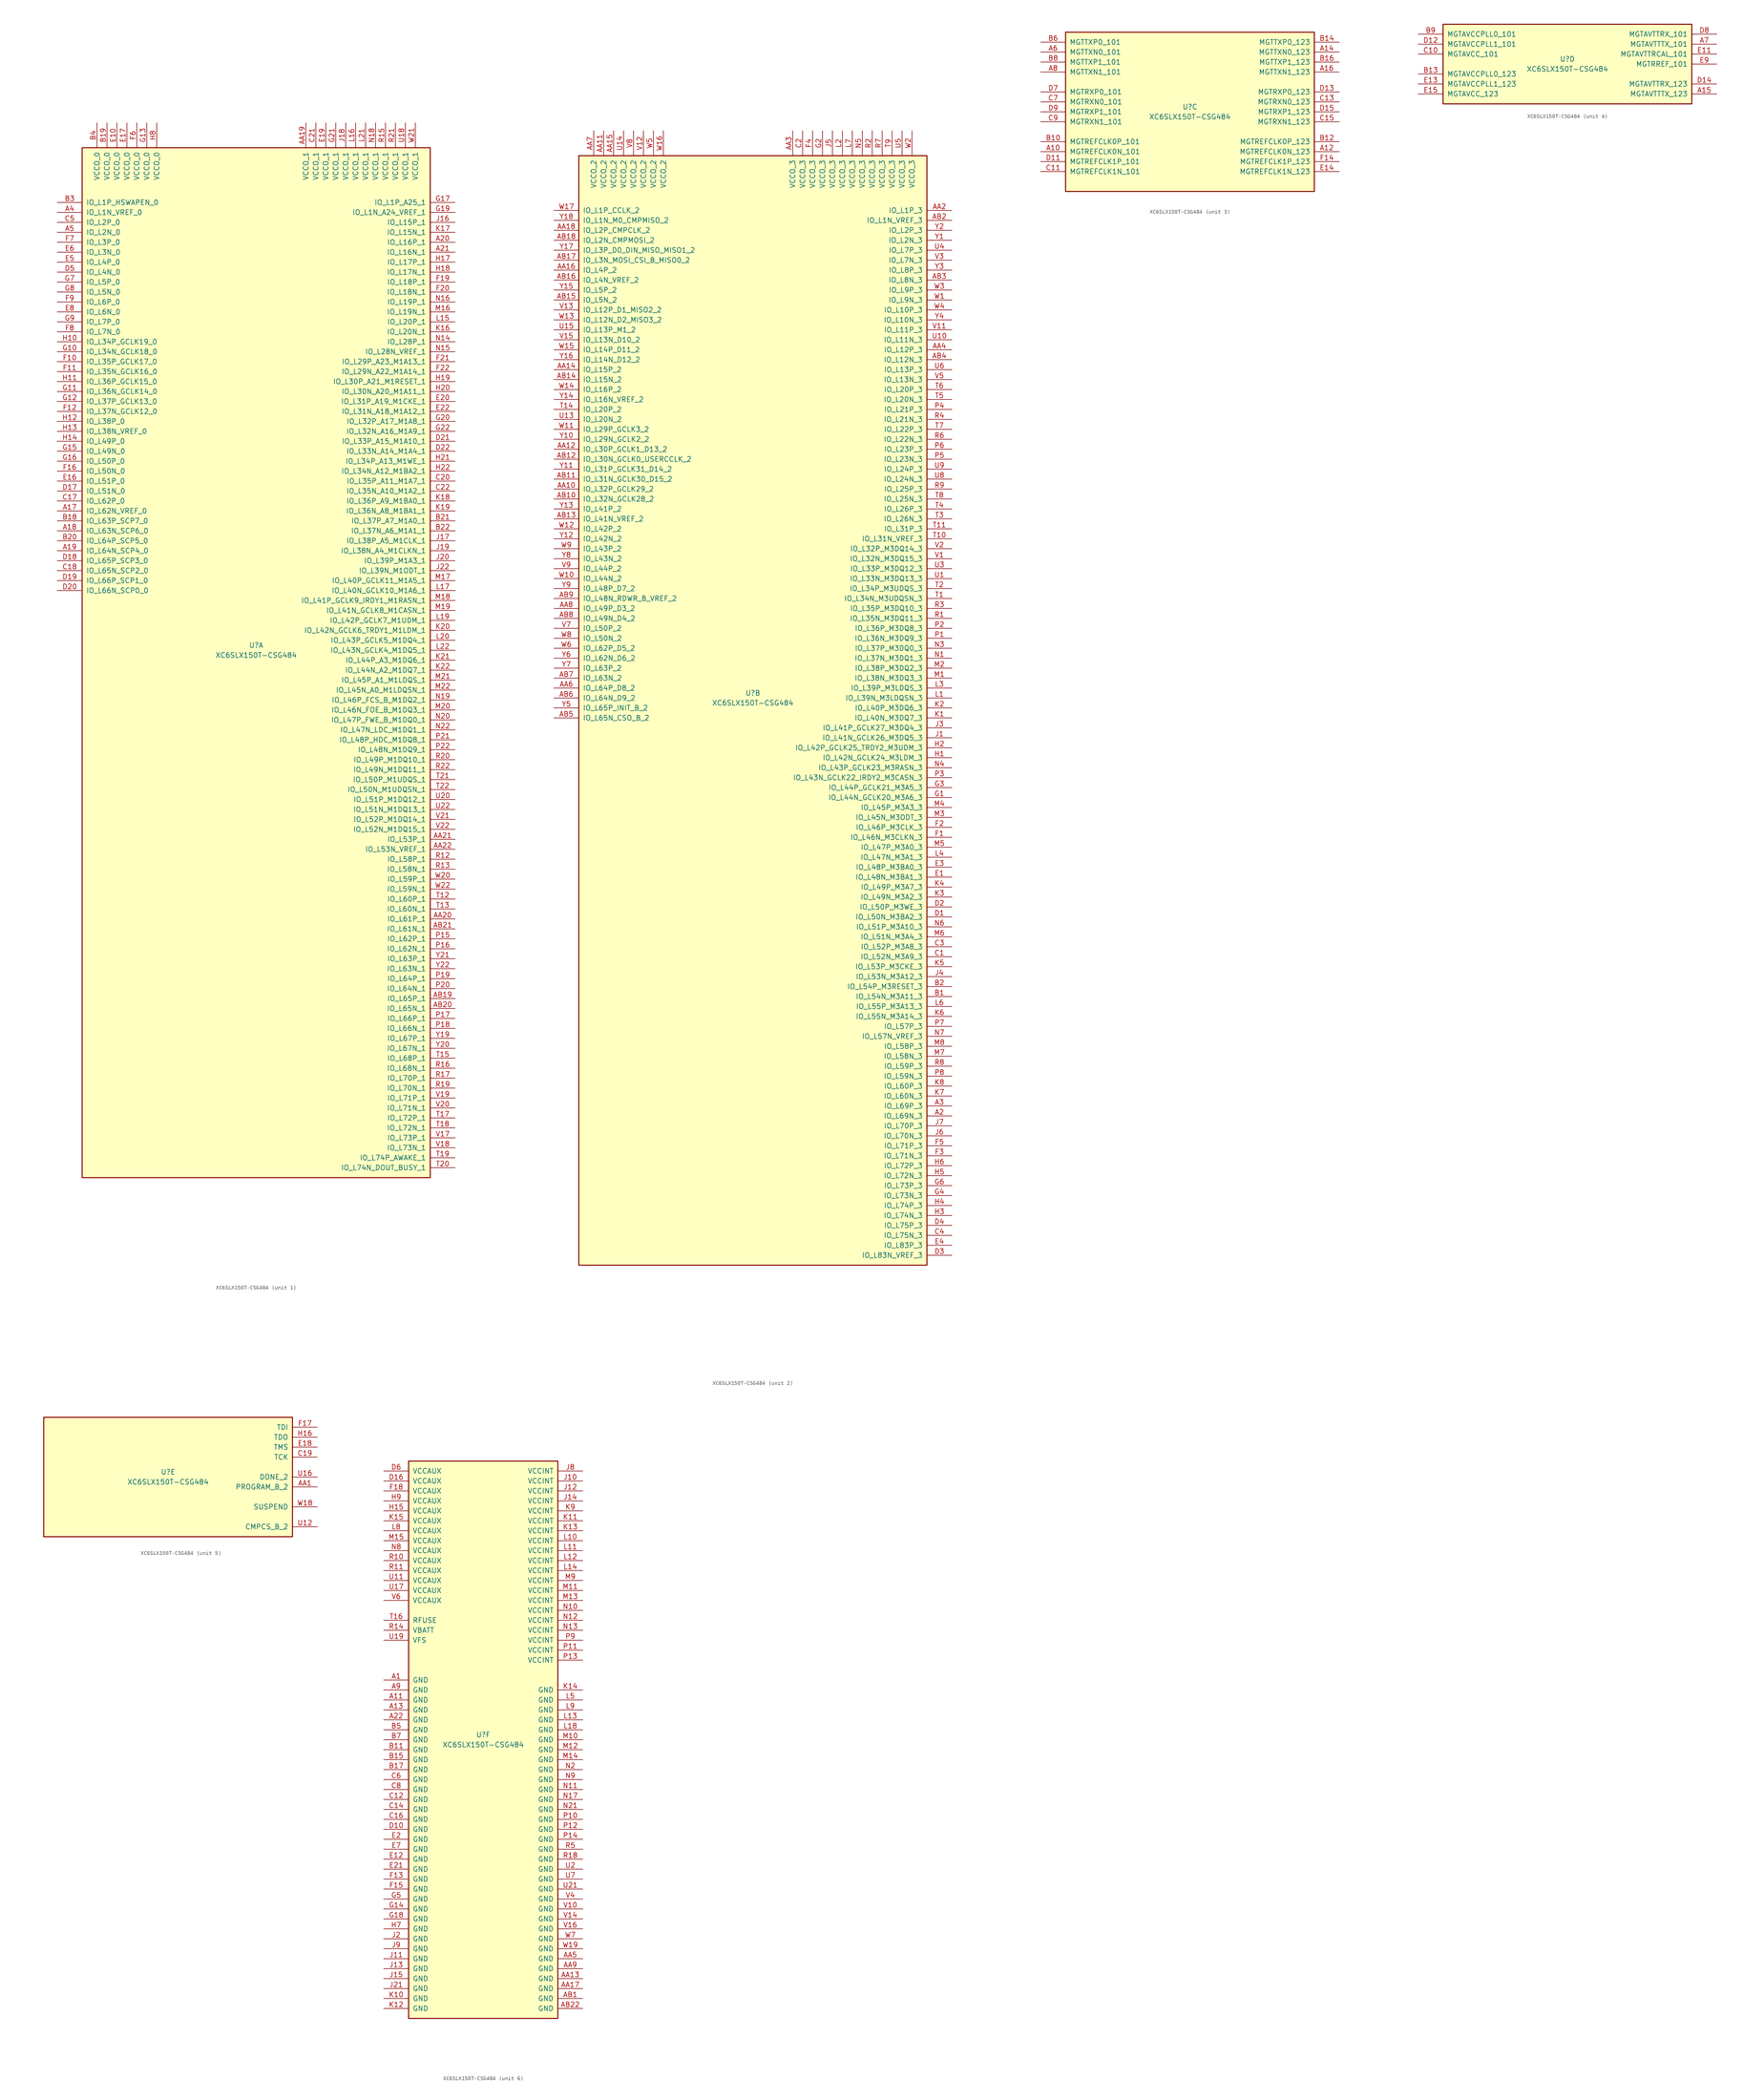
<source format=kicad_sym>
(kicad_symbol_lib
  (version 20201005)
  (generator kicad_symbol_editor)
  (symbol "XC6SLX150T-CSG484"
    (pin_names
      (offset 1.016))
    (property "Reference" "U"
      (at 0 1.27 0)
      (effects (font (size 1.27 1.27))))
    (property "Value" "XC6SLX150T-CSG484"
      (at 0 -1.27 0)
      (effects (font (size 1.27 1.27))))
    (property "Datasheet" ""
      (at 0 0 0)
      (effects (font (size 1.27 1.27))))
    (property "ki_locked" ""
      (at 0 0 0)
      (effects (font (size 1.27 1.27))))
    (symbol "XC6SLX150T-CSG484_1_1"
      (rectangle (start -44.45 128.27) (end 44.45 -134.62) (stroke (width 0.254)) (fill (type background)))
      (pin power_in line (at -40.64 134.62 270) (length 6.35) (name "VCCO_0" (effects (font (size 1.27 1.27)))) (number "B4" (effects (font (size 1.27 1.27)))))
      (pin power_in line (at -38.1 134.62 270) (length 6.35) (name "VCCO_0" (effects (font (size 1.27 1.27)))) (number "B19" (effects (font (size 1.27 1.27)))))
      (pin power_in line (at -35.56 134.62 270) (length 6.35) (name "VCCO_0" (effects (font (size 1.27 1.27)))) (number "E10" (effects (font (size 1.27 1.27)))))
      (pin power_in line (at -33.02 134.62 270) (length 6.35) (name "VCCO_0" (effects (font (size 1.27 1.27)))) (number "E17" (effects (font (size 1.27 1.27)))))
      (pin power_in line (at -30.48 134.62 270) (length 6.35) (name "VCCO_0" (effects (font (size 1.27 1.27)))) (number "F6" (effects (font (size 1.27 1.27)))))
      (pin power_in line (at -27.94 134.62 270) (length 6.35) (name "VCCO_0" (effects (font (size 1.27 1.27)))) (number "G13" (effects (font (size 1.27 1.27)))))
      (pin power_in line (at -25.4 134.62 270) (length 6.35) (name "VCCO_0" (effects (font (size 1.27 1.27)))) (number "H8" (effects (font (size 1.27 1.27)))))
      (pin bidirectional line (at -50.8 114.3 0) (length 6.35) (name "IO_L1P_HSWAPEN_0" (effects (font (size 1.27 1.27)))) (number "B3" (effects (font (size 1.27 1.27)))))
      (pin bidirectional line (at -50.8 111.76 0) (length 6.35) (name "IO_L1N_VREF_0" (effects (font (size 1.27 1.27)))) (number "A4" (effects (font (size 1.27 1.27)))))
      (pin bidirectional line (at -50.8 109.22 0) (length 6.35) (name "IO_L2P_0" (effects (font (size 1.27 1.27)))) (number "C5" (effects (font (size 1.27 1.27)))))
      (pin bidirectional line (at -50.8 106.68 0) (length 6.35) (name "IO_L2N_0" (effects (font (size 1.27 1.27)))) (number "A5" (effects (font (size 1.27 1.27)))))
      (pin bidirectional line (at -50.8 104.14 0) (length 6.35) (name "IO_L3P_0" (effects (font (size 1.27 1.27)))) (number "F7" (effects (font (size 1.27 1.27)))))
      (pin bidirectional line (at -50.8 101.6 0) (length 6.35) (name "IO_L3N_0" (effects (font (size 1.27 1.27)))) (number "E6" (effects (font (size 1.27 1.27)))))
      (pin bidirectional line (at -50.8 99.06 0) (length 6.35) (name "IO_L4P_0" (effects (font (size 1.27 1.27)))) (number "E5" (effects (font (size 1.27 1.27)))))
      (pin bidirectional line (at -50.8 96.52 0) (length 6.35) (name "IO_L4N_0" (effects (font (size 1.27 1.27)))) (number "D5" (effects (font (size 1.27 1.27)))))
      (pin bidirectional line (at -50.8 93.98 0) (length 6.35) (name "IO_L5P_0" (effects (font (size 1.27 1.27)))) (number "G7" (effects (font (size 1.27 1.27)))))
      (pin bidirectional line (at -50.8 91.44 0) (length 6.35) (name "IO_L5N_0" (effects (font (size 1.27 1.27)))) (number "G8" (effects (font (size 1.27 1.27)))))
      (pin bidirectional line (at -50.8 88.9 0) (length 6.35) (name "IO_L6P_0" (effects (font (size 1.27 1.27)))) (number "F9" (effects (font (size 1.27 1.27)))))
      (pin bidirectional line (at -50.8 86.36 0) (length 6.35) (name "IO_L6N_0" (effects (font (size 1.27 1.27)))) (number "E8" (effects (font (size 1.27 1.27)))))
      (pin bidirectional line (at -50.8 83.82 0) (length 6.35) (name "IO_L7P_0" (effects (font (size 1.27 1.27)))) (number "G9" (effects (font (size 1.27 1.27)))))
      (pin bidirectional line (at -50.8 81.28 0) (length 6.35) (name "IO_L7N_0" (effects (font (size 1.27 1.27)))) (number "F8" (effects (font (size 1.27 1.27)))))
      (pin bidirectional line (at -50.8 78.74 0) (length 6.35) (name "IO_L34P_GCLK19_0" (effects (font (size 1.27 1.27)))) (number "H10" (effects (font (size 1.27 1.27)))))
      (pin bidirectional line (at -50.8 76.2 0) (length 6.35) (name "IO_L34N_GCLK18_0" (effects (font (size 1.27 1.27)))) (number "G10" (effects (font (size 1.27 1.27)))))
      (pin bidirectional line (at -50.8 73.66 0) (length 6.35) (name "IO_L35P_GCLK17_0" (effects (font (size 1.27 1.27)))) (number "F10" (effects (font (size 1.27 1.27)))))
      (pin bidirectional line (at -50.8 71.12 0) (length 6.35) (name "IO_L35N_GCLK16_0" (effects (font (size 1.27 1.27)))) (number "F11" (effects (font (size 1.27 1.27)))))
      (pin bidirectional line (at -50.8 68.58 0) (length 6.35) (name "IO_L36P_GCLK15_0" (effects (font (size 1.27 1.27)))) (number "H11" (effects (font (size 1.27 1.27)))))
      (pin bidirectional line (at -50.8 66.04 0) (length 6.35) (name "IO_L36N_GCLK14_0" (effects (font (size 1.27 1.27)))) (number "G11" (effects (font (size 1.27 1.27)))))
      (pin bidirectional line (at -50.8 63.5 0) (length 6.35) (name "IO_L37P_GCLK13_0" (effects (font (size 1.27 1.27)))) (number "G12" (effects (font (size 1.27 1.27)))))
      (pin bidirectional line (at -50.8 60.96 0) (length 6.35) (name "IO_L37N_GCLK12_0" (effects (font (size 1.27 1.27)))) (number "F12" (effects (font (size 1.27 1.27)))))
      (pin bidirectional line (at -50.8 58.42 0) (length 6.35) (name "IO_L38P_0" (effects (font (size 1.27 1.27)))) (number "H12" (effects (font (size 1.27 1.27)))))
      (pin bidirectional line (at -50.8 55.88 0) (length 6.35) (name "IO_L38N_VREF_0" (effects (font (size 1.27 1.27)))) (number "H13" (effects (font (size 1.27 1.27)))))
      (pin bidirectional line (at -50.8 53.34 0) (length 6.35) (name "IO_L49P_0" (effects (font (size 1.27 1.27)))) (number "H14" (effects (font (size 1.27 1.27)))))
      (pin bidirectional line (at -50.8 50.8 0) (length 6.35) (name "IO_L49N_0" (effects (font (size 1.27 1.27)))) (number "G15" (effects (font (size 1.27 1.27)))))
      (pin bidirectional line (at -50.8 48.26 0) (length 6.35) (name "IO_L50P_0" (effects (font (size 1.27 1.27)))) (number "G16" (effects (font (size 1.27 1.27)))))
      (pin bidirectional line (at -50.8 45.72 0) (length 6.35) (name "IO_L50N_0" (effects (font (size 1.27 1.27)))) (number "F16" (effects (font (size 1.27 1.27)))))
      (pin bidirectional line (at -50.8 43.18 0) (length 6.35) (name "IO_L51P_0" (effects (font (size 1.27 1.27)))) (number "E16" (effects (font (size 1.27 1.27)))))
      (pin bidirectional line (at -50.8 40.64 0) (length 6.35) (name "IO_L51N_0" (effects (font (size 1.27 1.27)))) (number "D17" (effects (font (size 1.27 1.27)))))
      (pin bidirectional line (at -50.8 38.1 0) (length 6.35) (name "IO_L62P_0" (effects (font (size 1.27 1.27)))) (number "C17" (effects (font (size 1.27 1.27)))))
      (pin bidirectional line (at -50.8 35.56 0) (length 6.35) (name "IO_L62N_VREF_0" (effects (font (size 1.27 1.27)))) (number "A17" (effects (font (size 1.27 1.27)))))
      (pin bidirectional line (at -50.8 33.02 0) (length 6.35) (name "IO_L63P_SCP7_0" (effects (font (size 1.27 1.27)))) (number "B18" (effects (font (size 1.27 1.27)))))
      (pin bidirectional line (at -50.8 30.48 0) (length 6.35) (name "IO_L63N_SCP6_0" (effects (font (size 1.27 1.27)))) (number "A18" (effects (font (size 1.27 1.27)))))
      (pin bidirectional line (at -50.8 27.94 0) (length 6.35) (name "IO_L64P_SCP5_0" (effects (font (size 1.27 1.27)))) (number "B20" (effects (font (size 1.27 1.27)))))
      (pin bidirectional line (at -50.8 25.4 0) (length 6.35) (name "IO_L64N_SCP4_0" (effects (font (size 1.27 1.27)))) (number "A19" (effects (font (size 1.27 1.27)))))
      (pin bidirectional line (at -50.8 22.86 0) (length 6.35) (name "IO_L65P_SCP3_0" (effects (font (size 1.27 1.27)))) (number "D18" (effects (font (size 1.27 1.27)))))
      (pin bidirectional line (at -50.8 20.32 0) (length 6.35) (name "IO_L65N_SCP2_0" (effects (font (size 1.27 1.27)))) (number "C18" (effects (font (size 1.27 1.27)))))
      (pin bidirectional line (at -50.8 17.78 0) (length 6.35) (name "IO_L66P_SCP1_0" (effects (font (size 1.27 1.27)))) (number "D19" (effects (font (size 1.27 1.27)))))
      (pin bidirectional line (at -50.8 15.24 0) (length 6.35) (name "IO_L66N_SCP0_0" (effects (font (size 1.27 1.27)))) (number "D20" (effects (font (size 1.27 1.27)))))
      (pin power_in line (at 12.7 134.62 270) (length 6.35) (name "VCCO_1" (effects (font (size 1.27 1.27)))) (number "AA19" (effects (font (size 1.27 1.27)))))
      (pin power_in line (at 15.24 134.62 270) (length 6.35) (name "VCCO_1" (effects (font (size 1.27 1.27)))) (number "C21" (effects (font (size 1.27 1.27)))))
      (pin power_in line (at 17.78 134.62 270) (length 6.35) (name "VCCO_1" (effects (font (size 1.27 1.27)))) (number "E19" (effects (font (size 1.27 1.27)))))
      (pin power_in line (at 20.32 134.62 270) (length 6.35) (name "VCCO_1" (effects (font (size 1.27 1.27)))) (number "G21" (effects (font (size 1.27 1.27)))))
      (pin power_in line (at 22.86 134.62 270) (length 6.35) (name "VCCO_1" (effects (font (size 1.27 1.27)))) (number "J18" (effects (font (size 1.27 1.27)))))
      (pin power_in line (at 25.4 134.62 270) (length 6.35) (name "VCCO_1" (effects (font (size 1.27 1.27)))) (number "L16" (effects (font (size 1.27 1.27)))))
      (pin power_in line (at 27.94 134.62 270) (length 6.35) (name "VCCO_1" (effects (font (size 1.27 1.27)))) (number "L21" (effects (font (size 1.27 1.27)))))
      (pin power_in line (at 30.48 134.62 270) (length 6.35) (name "VCCO_1" (effects (font (size 1.27 1.27)))) (number "N18" (effects (font (size 1.27 1.27)))))
      (pin power_in line (at 33.02 134.62 270) (length 6.35) (name "VCCO_1" (effects (font (size 1.27 1.27)))) (number "R15" (effects (font (size 1.27 1.27)))))
      (pin power_in line (at 35.56 134.62 270) (length 6.35) (name "VCCO_1" (effects (font (size 1.27 1.27)))) (number "R21" (effects (font (size 1.27 1.27)))))
      (pin power_in line (at 38.1 134.62 270) (length 6.35) (name "VCCO_1" (effects (font (size 1.27 1.27)))) (number "U18" (effects (font (size 1.27 1.27)))))
      (pin power_in line (at 40.64 134.62 270) (length 6.35) (name "VCCO_1" (effects (font (size 1.27 1.27)))) (number "W21" (effects (font (size 1.27 1.27)))))
      (pin bidirectional line (at 50.8 114.3 180) (length 6.35) (name "IO_L1P_A25_1" (effects (font (size 1.27 1.27)))) (number "G17" (effects (font (size 1.27 1.27)))))
      (pin bidirectional line (at 50.8 111.76 180) (length 6.35) (name "IO_L1N_A24_VREF_1" (effects (font (size 1.27 1.27)))) (number "G19" (effects (font (size 1.27 1.27)))))
      (pin bidirectional line (at 50.8 109.22 180) (length 6.35) (name "IO_L15P_1" (effects (font (size 1.27 1.27)))) (number "J16" (effects (font (size 1.27 1.27)))))
      (pin bidirectional line (at 50.8 106.68 180) (length 6.35) (name "IO_L15N_1" (effects (font (size 1.27 1.27)))) (number "K17" (effects (font (size 1.27 1.27)))))
      (pin bidirectional line (at 50.8 104.14 180) (length 6.35) (name "IO_L16P_1" (effects (font (size 1.27 1.27)))) (number "A20" (effects (font (size 1.27 1.27)))))
      (pin bidirectional line (at 50.8 101.6 180) (length 6.35) (name "IO_L16N_1" (effects (font (size 1.27 1.27)))) (number "A21" (effects (font (size 1.27 1.27)))))
      (pin bidirectional line (at 50.8 99.06 180) (length 6.35) (name "IO_L17P_1" (effects (font (size 1.27 1.27)))) (number "H17" (effects (font (size 1.27 1.27)))))
      (pin bidirectional line (at 50.8 96.52 180) (length 6.35) (name "IO_L17N_1" (effects (font (size 1.27 1.27)))) (number "H18" (effects (font (size 1.27 1.27)))))
      (pin bidirectional line (at 50.8 93.98 180) (length 6.35) (name "IO_L18P_1" (effects (font (size 1.27 1.27)))) (number "F19" (effects (font (size 1.27 1.27)))))
      (pin bidirectional line (at 50.8 91.44 180) (length 6.35) (name "IO_L18N_1" (effects (font (size 1.27 1.27)))) (number "F20" (effects (font (size 1.27 1.27)))))
      (pin bidirectional line (at 50.8 88.9 180) (length 6.35) (name "IO_L19P_1" (effects (font (size 1.27 1.27)))) (number "N16" (effects (font (size 1.27 1.27)))))
      (pin bidirectional line (at 50.8 86.36 180) (length 6.35) (name "IO_L19N_1" (effects (font (size 1.27 1.27)))) (number "M16" (effects (font (size 1.27 1.27)))))
      (pin bidirectional line (at 50.8 83.82 180) (length 6.35) (name "IO_L20P_1" (effects (font (size 1.27 1.27)))) (number "L15" (effects (font (size 1.27 1.27)))))
      (pin bidirectional line (at 50.8 81.28 180) (length 6.35) (name "IO_L20N_1" (effects (font (size 1.27 1.27)))) (number "K16" (effects (font (size 1.27 1.27)))))
      (pin bidirectional line (at 50.8 78.74 180) (length 6.35) (name "IO_L28P_1" (effects (font (size 1.27 1.27)))) (number "N14" (effects (font (size 1.27 1.27)))))
      (pin bidirectional line (at 50.8 76.2 180) (length 6.35) (name "IO_L28N_VREF_1" (effects (font (size 1.27 1.27)))) (number "N15" (effects (font (size 1.27 1.27)))))
      (pin bidirectional line (at 50.8 73.66 180) (length 6.35) (name "IO_L29P_A23_M1A13_1" (effects (font (size 1.27 1.27)))) (number "F21" (effects (font (size 1.27 1.27)))))
      (pin bidirectional line (at 50.8 71.12 180) (length 6.35) (name "IO_L29N_A22_M1A14_1" (effects (font (size 1.27 1.27)))) (number "F22" (effects (font (size 1.27 1.27)))))
      (pin bidirectional line (at 50.8 68.58 180) (length 6.35) (name "IO_L30P_A21_M1RESET_1" (effects (font (size 1.27 1.27)))) (number "H19" (effects (font (size 1.27 1.27)))))
      (pin bidirectional line (at 50.8 66.04 180) (length 6.35) (name "IO_L30N_A20_M1A11_1" (effects (font (size 1.27 1.27)))) (number "H20" (effects (font (size 1.27 1.27)))))
      (pin bidirectional line (at 50.8 63.5 180) (length 6.35) (name "IO_L31P_A19_M1CKE_1" (effects (font (size 1.27 1.27)))) (number "E20" (effects (font (size 1.27 1.27)))))
      (pin bidirectional line (at 50.8 60.96 180) (length 6.35) (name "IO_L31N_A18_M1A12_1" (effects (font (size 1.27 1.27)))) (number "E22" (effects (font (size 1.27 1.27)))))
      (pin bidirectional line (at 50.8 58.42 180) (length 6.35) (name "IO_L32P_A17_M1A8_1" (effects (font (size 1.27 1.27)))) (number "G20" (effects (font (size 1.27 1.27)))))
      (pin bidirectional line (at 50.8 55.88 180) (length 6.35) (name "IO_L32N_A16_M1A9_1" (effects (font (size 1.27 1.27)))) (number "G22" (effects (font (size 1.27 1.27)))))
      (pin bidirectional line (at 50.8 53.34 180) (length 6.35) (name "IO_L33P_A15_M1A10_1" (effects (font (size 1.27 1.27)))) (number "D21" (effects (font (size 1.27 1.27)))))
      (pin bidirectional line (at 50.8 50.8 180) (length 6.35) (name "IO_L33N_A14_M1A4_1" (effects (font (size 1.27 1.27)))) (number "D22" (effects (font (size 1.27 1.27)))))
      (pin bidirectional line (at 50.8 48.26 180) (length 6.35) (name "IO_L34P_A13_M1WE_1" (effects (font (size 1.27 1.27)))) (number "H21" (effects (font (size 1.27 1.27)))))
      (pin bidirectional line (at 50.8 45.72 180) (length 6.35) (name "IO_L34N_A12_M1BA2_1" (effects (font (size 1.27 1.27)))) (number "H22" (effects (font (size 1.27 1.27)))))
      (pin bidirectional line (at 50.8 43.18 180) (length 6.35) (name "IO_L35P_A11_M1A7_1" (effects (font (size 1.27 1.27)))) (number "C20" (effects (font (size 1.27 1.27)))))
      (pin bidirectional line (at 50.8 40.64 180) (length 6.35) (name "IO_L35N_A10_M1A2_1" (effects (font (size 1.27 1.27)))) (number "C22" (effects (font (size 1.27 1.27)))))
      (pin bidirectional line (at 50.8 38.1 180) (length 6.35) (name "IO_L36P_A9_M1BA0_1" (effects (font (size 1.27 1.27)))) (number "K18" (effects (font (size 1.27 1.27)))))
      (pin bidirectional line (at 50.8 35.56 180) (length 6.35) (name "IO_L36N_A8_M1BA1_1" (effects (font (size 1.27 1.27)))) (number "K19" (effects (font (size 1.27 1.27)))))
      (pin bidirectional line (at 50.8 33.02 180) (length 6.35) (name "IO_L37P_A7_M1A0_1" (effects (font (size 1.27 1.27)))) (number "B21" (effects (font (size 1.27 1.27)))))
      (pin bidirectional line (at 50.8 30.48 180) (length 6.35) (name "IO_L37N_A6_M1A1_1" (effects (font (size 1.27 1.27)))) (number "B22" (effects (font (size 1.27 1.27)))))
      (pin bidirectional line (at 50.8 27.94 180) (length 6.35) (name "IO_L38P_A5_M1CLK_1" (effects (font (size 1.27 1.27)))) (number "J17" (effects (font (size 1.27 1.27)))))
      (pin bidirectional line (at 50.8 25.4 180) (length 6.35) (name "IO_L38N_A4_M1CLKN_1" (effects (font (size 1.27 1.27)))) (number "J19" (effects (font (size 1.27 1.27)))))
      (pin bidirectional line (at 50.8 22.86 180) (length 6.35) (name "IO_L39P_M1A3_1" (effects (font (size 1.27 1.27)))) (number "J20" (effects (font (size 1.27 1.27)))))
      (pin bidirectional line (at 50.8 20.32 180) (length 6.35) (name "IO_L39N_M1ODT_1" (effects (font (size 1.27 1.27)))) (number "J22" (effects (font (size 1.27 1.27)))))
      (pin bidirectional line (at 50.8 17.78 180) (length 6.35) (name "IO_L40P_GCLK11_M1A5_1" (effects (font (size 1.27 1.27)))) (number "M17" (effects (font (size 1.27 1.27)))))
      (pin bidirectional line (at 50.8 15.24 180) (length 6.35) (name "IO_L40N_GCLK10_M1A6_1" (effects (font (size 1.27 1.27)))) (number "L17" (effects (font (size 1.27 1.27)))))
      (pin bidirectional line (at 50.8 12.7 180) (length 6.35) (name "IO_L41P_GCLK9_IRDY1_M1RASN_1" (effects (font (size 1.27 1.27)))) (number "M18" (effects (font (size 1.27 1.27)))))
      (pin bidirectional line (at 50.8 10.16 180) (length 6.35) (name "IO_L41N_GCLK8_M1CASN_1" (effects (font (size 1.27 1.27)))) (number "M19" (effects (font (size 1.27 1.27)))))
      (pin bidirectional line (at 50.8 7.62 180) (length 6.35) (name "IO_L42P_GCLK7_M1UDM_1" (effects (font (size 1.27 1.27)))) (number "L19" (effects (font (size 1.27 1.27)))))
      (pin bidirectional line (at 50.8 5.08 180) (length 6.35) (name "IO_L42N_GCLK6_TRDY1_M1LDM_1" (effects (font (size 1.27 1.27)))) (number "K20" (effects (font (size 1.27 1.27)))))
      (pin bidirectional line (at 50.8 2.54 180) (length 6.35) (name "IO_L43P_GCLK5_M1DQ4_1" (effects (font (size 1.27 1.27)))) (number "L20" (effects (font (size 1.27 1.27)))))
      (pin bidirectional line (at 50.8 0 180) (length 6.35) (name "IO_L43N_GCLK4_M1DQ5_1" (effects (font (size 1.27 1.27)))) (number "L22" (effects (font (size 1.27 1.27)))))
      (pin bidirectional line (at 50.8 -2.54 180) (length 6.35) (name "IO_L44P_A3_M1DQ6_1" (effects (font (size 1.27 1.27)))) (number "K21" (effects (font (size 1.27 1.27)))))
      (pin bidirectional line (at 50.8 -5.08 180) (length 6.35) (name "IO_L44N_A2_M1DQ7_1" (effects (font (size 1.27 1.27)))) (number "K22" (effects (font (size 1.27 1.27)))))
      (pin bidirectional line (at 50.8 -7.62 180) (length 6.35) (name "IO_L45P_A1_M1LDQS_1" (effects (font (size 1.27 1.27)))) (number "M21" (effects (font (size 1.27 1.27)))))
      (pin bidirectional line (at 50.8 -10.16 180) (length 6.35) (name "IO_L45N_A0_M1LDQSN_1" (effects (font (size 1.27 1.27)))) (number "M22" (effects (font (size 1.27 1.27)))))
      (pin bidirectional line (at 50.8 -12.7 180) (length 6.35) (name "IO_L46P_FCS_B_M1DQ2_1" (effects (font (size 1.27 1.27)))) (number "N19" (effects (font (size 1.27 1.27)))))
      (pin bidirectional line (at 50.8 -15.24 180) (length 6.35) (name "IO_L46N_FOE_B_M1DQ3_1" (effects (font (size 1.27 1.27)))) (number "M20" (effects (font (size 1.27 1.27)))))
      (pin bidirectional line (at 50.8 -17.78 180) (length 6.35) (name "IO_L47P_FWE_B_M1DQ0_1" (effects (font (size 1.27 1.27)))) (number "N20" (effects (font (size 1.27 1.27)))))
      (pin bidirectional line (at 50.8 -20.32 180) (length 6.35) (name "IO_L47N_LDC_M1DQ1_1" (effects (font (size 1.27 1.27)))) (number "N22" (effects (font (size 1.27 1.27)))))
      (pin bidirectional line (at 50.8 -22.86 180) (length 6.35) (name "IO_L48P_HDC_M1DQ8_1" (effects (font (size 1.27 1.27)))) (number "P21" (effects (font (size 1.27 1.27)))))
      (pin bidirectional line (at 50.8 -25.4 180) (length 6.35) (name "IO_L48N_M1DQ9_1" (effects (font (size 1.27 1.27)))) (number "P22" (effects (font (size 1.27 1.27)))))
      (pin bidirectional line (at 50.8 -27.94 180) (length 6.35) (name "IO_L49P_M1DQ10_1" (effects (font (size 1.27 1.27)))) (number "R20" (effects (font (size 1.27 1.27)))))
      (pin bidirectional line (at 50.8 -30.48 180) (length 6.35) (name "IO_L49N_M1DQ11_1" (effects (font (size 1.27 1.27)))) (number "R22" (effects (font (size 1.27 1.27)))))
      (pin bidirectional line (at 50.8 -33.02 180) (length 6.35) (name "IO_L50P_M1UDQS_1" (effects (font (size 1.27 1.27)))) (number "T21" (effects (font (size 1.27 1.27)))))
      (pin bidirectional line (at 50.8 -35.56 180) (length 6.35) (name "IO_L50N_M1UDQSN_1" (effects (font (size 1.27 1.27)))) (number "T22" (effects (font (size 1.27 1.27)))))
      (pin bidirectional line (at 50.8 -38.1 180) (length 6.35) (name "IO_L51P_M1DQ12_1" (effects (font (size 1.27 1.27)))) (number "U20" (effects (font (size 1.27 1.27)))))
      (pin bidirectional line (at 50.8 -40.64 180) (length 6.35) (name "IO_L51N_M1DQ13_1" (effects (font (size 1.27 1.27)))) (number "U22" (effects (font (size 1.27 1.27)))))
      (pin bidirectional line (at 50.8 -43.18 180) (length 6.35) (name "IO_L52P_M1DQ14_1" (effects (font (size 1.27 1.27)))) (number "V21" (effects (font (size 1.27 1.27)))))
      (pin bidirectional line (at 50.8 -45.72 180) (length 6.35) (name "IO_L52N_M1DQ15_1" (effects (font (size 1.27 1.27)))) (number "V22" (effects (font (size 1.27 1.27)))))
      (pin bidirectional line (at 50.8 -48.26 180) (length 6.35) (name "IO_L53P_1" (effects (font (size 1.27 1.27)))) (number "AA21" (effects (font (size 1.27 1.27)))))
      (pin bidirectional line (at 50.8 -50.8 180) (length 6.35) (name "IO_L53N_VREF_1" (effects (font (size 1.27 1.27)))) (number "AA22" (effects (font (size 1.27 1.27)))))
      (pin bidirectional line (at 50.8 -53.34 180) (length 6.35) (name "IO_L58P_1" (effects (font (size 1.27 1.27)))) (number "R12" (effects (font (size 1.27 1.27)))))
      (pin bidirectional line (at 50.8 -55.88 180) (length 6.35) (name "IO_L58N_1" (effects (font (size 1.27 1.27)))) (number "R13" (effects (font (size 1.27 1.27)))))
      (pin bidirectional line (at 50.8 -58.42 180) (length 6.35) (name "IO_L59P_1" (effects (font (size 1.27 1.27)))) (number "W20" (effects (font (size 1.27 1.27)))))
      (pin bidirectional line (at 50.8 -60.96 180) (length 6.35) (name "IO_L59N_1" (effects (font (size 1.27 1.27)))) (number "W22" (effects (font (size 1.27 1.27)))))
      (pin bidirectional line (at 50.8 -63.5 180) (length 6.35) (name "IO_L60P_1" (effects (font (size 1.27 1.27)))) (number "T12" (effects (font (size 1.27 1.27)))))
      (pin bidirectional line (at 50.8 -66.04 180) (length 6.35) (name "IO_L60N_1" (effects (font (size 1.27 1.27)))) (number "T13" (effects (font (size 1.27 1.27)))))
      (pin bidirectional line (at 50.8 -68.58 180) (length 6.35) (name "IO_L61P_1" (effects (font (size 1.27 1.27)))) (number "AA20" (effects (font (size 1.27 1.27)))))
      (pin bidirectional line (at 50.8 -71.12 180) (length 6.35) (name "IO_L61N_1" (effects (font (size 1.27 1.27)))) (number "AB21" (effects (font (size 1.27 1.27)))))
      (pin bidirectional line (at 50.8 -73.66 180) (length 6.35) (name "IO_L62P_1" (effects (font (size 1.27 1.27)))) (number "P15" (effects (font (size 1.27 1.27)))))
      (pin bidirectional line (at 50.8 -76.2 180) (length 6.35) (name "IO_L62N_1" (effects (font (size 1.27 1.27)))) (number "P16" (effects (font (size 1.27 1.27)))))
      (pin bidirectional line (at 50.8 -78.74 180) (length 6.35) (name "IO_L63P_1" (effects (font (size 1.27 1.27)))) (number "Y21" (effects (font (size 1.27 1.27)))))
      (pin bidirectional line (at 50.8 -81.28 180) (length 6.35) (name "IO_L63N_1" (effects (font (size 1.27 1.27)))) (number "Y22" (effects (font (size 1.27 1.27)))))
      (pin bidirectional line (at 50.8 -83.82 180) (length 6.35) (name "IO_L64P_1" (effects (font (size 1.27 1.27)))) (number "P19" (effects (font (size 1.27 1.27)))))
      (pin bidirectional line (at 50.8 -86.36 180) (length 6.35) (name "IO_L64N_1" (effects (font (size 1.27 1.27)))) (number "P20" (effects (font (size 1.27 1.27)))))
      (pin bidirectional line (at 50.8 -88.9 180) (length 6.35) (name "IO_L65P_1" (effects (font (size 1.27 1.27)))) (number "AB19" (effects (font (size 1.27 1.27)))))
      (pin bidirectional line (at 50.8 -91.44 180) (length 6.35) (name "IO_L65N_1" (effects (font (size 1.27 1.27)))) (number "AB20" (effects (font (size 1.27 1.27)))))
      (pin bidirectional line (at 50.8 -93.98 180) (length 6.35) (name "IO_L66P_1" (effects (font (size 1.27 1.27)))) (number "P17" (effects (font (size 1.27 1.27)))))
      (pin bidirectional line (at 50.8 -96.52 180) (length 6.35) (name "IO_L66N_1" (effects (font (size 1.27 1.27)))) (number "P18" (effects (font (size 1.27 1.27)))))
      (pin bidirectional line (at 50.8 -99.06 180) (length 6.35) (name "IO_L67P_1" (effects (font (size 1.27 1.27)))) (number "Y19" (effects (font (size 1.27 1.27)))))
      (pin bidirectional line (at 50.8 -101.6 180) (length 6.35) (name "IO_L67N_1" (effects (font (size 1.27 1.27)))) (number "Y20" (effects (font (size 1.27 1.27)))))
      (pin bidirectional line (at 50.8 -104.14 180) (length 6.35) (name "IO_L68P_1" (effects (font (size 1.27 1.27)))) (number "T15" (effects (font (size 1.27 1.27)))))
      (pin bidirectional line (at 50.8 -106.68 180) (length 6.35) (name "IO_L68N_1" (effects (font (size 1.27 1.27)))) (number "R16" (effects (font (size 1.27 1.27)))))
      (pin bidirectional line (at 50.8 -109.22 180) (length 6.35) (name "IO_L70P_1" (effects (font (size 1.27 1.27)))) (number "R17" (effects (font (size 1.27 1.27)))))
      (pin bidirectional line (at 50.8 -111.76 180) (length 6.35) (name "IO_L70N_1" (effects (font (size 1.27 1.27)))) (number "R19" (effects (font (size 1.27 1.27)))))
      (pin bidirectional line (at 50.8 -114.3 180) (length 6.35) (name "IO_L71P_1" (effects (font (size 1.27 1.27)))) (number "V19" (effects (font (size 1.27 1.27)))))
      (pin bidirectional line (at 50.8 -116.84 180) (length 6.35) (name "IO_L71N_1" (effects (font (size 1.27 1.27)))) (number "V20" (effects (font (size 1.27 1.27)))))
      (pin bidirectional line (at 50.8 -119.38 180) (length 6.35) (name "IO_L72P_1" (effects (font (size 1.27 1.27)))) (number "T17" (effects (font (size 1.27 1.27)))))
      (pin bidirectional line (at 50.8 -121.92 180) (length 6.35) (name "IO_L72N_1" (effects (font (size 1.27 1.27)))) (number "T18" (effects (font (size 1.27 1.27)))))
      (pin bidirectional line (at 50.8 -124.46 180) (length 6.35) (name "IO_L73P_1" (effects (font (size 1.27 1.27)))) (number "V17" (effects (font (size 1.27 1.27)))))
      (pin bidirectional line (at 50.8 -127 180) (length 6.35) (name "IO_L73N_1" (effects (font (size 1.27 1.27)))) (number "V18" (effects (font (size 1.27 1.27)))))
      (pin bidirectional line (at 50.8 -129.54 180) (length 6.35) (name "IO_L74P_AWAKE_1" (effects (font (size 1.27 1.27)))) (number "T19" (effects (font (size 1.27 1.27)))))
      (pin bidirectional line (at 50.8 -132.08 180) (length 6.35) (name "IO_L74N_DOUT_BUSY_1" (effects (font (size 1.27 1.27)))) (number "T20" (effects (font (size 1.27 1.27))))))
    (symbol "XC6SLX150T-CSG484_2_1"
      (rectangle (start -44.45 138.43) (end 44.45 -144.78) (stroke (width 0.254)) (fill (type background)))
      (pin power_in line (at -40.64 144.78 270) (length 6.35) (name "VCCO_2" (effects (font (size 1.27 1.27)))) (number "AA7" (effects (font (size 1.27 1.27)))))
      (pin power_in line (at -38.1 144.78 270) (length 6.35) (name "VCCO_2" (effects (font (size 1.27 1.27)))) (number "AA11" (effects (font (size 1.27 1.27)))))
      (pin power_in line (at -35.56 144.78 270) (length 6.35) (name "VCCO_2" (effects (font (size 1.27 1.27)))) (number "AA15" (effects (font (size 1.27 1.27)))))
      (pin power_in line (at -33.02 144.78 270) (length 6.35) (name "VCCO_2" (effects (font (size 1.27 1.27)))) (number "U14" (effects (font (size 1.27 1.27)))))
      (pin power_in line (at -30.48 144.78 270) (length 6.35) (name "VCCO_2" (effects (font (size 1.27 1.27)))) (number "V8" (effects (font (size 1.27 1.27)))))
      (pin power_in line (at -27.94 144.78 270) (length 6.35) (name "VCCO_2" (effects (font (size 1.27 1.27)))) (number "V12" (effects (font (size 1.27 1.27)))))
      (pin power_in line (at -25.4 144.78 270) (length 6.35) (name "VCCO_2" (effects (font (size 1.27 1.27)))) (number "W5" (effects (font (size 1.27 1.27)))))
      (pin power_in line (at -22.86 144.78 270) (length 6.35) (name "VCCO_2" (effects (font (size 1.27 1.27)))) (number "W16" (effects (font (size 1.27 1.27)))))
      (pin bidirectional line (at -50.8 124.46 0) (length 6.35) (name "IO_L1P_CCLK_2" (effects (font (size 1.27 1.27)))) (number "W17" (effects (font (size 1.27 1.27)))))
      (pin bidirectional line (at -50.8 121.92 0) (length 6.35) (name "IO_L1N_M0_CMPMISO_2" (effects (font (size 1.27 1.27)))) (number "Y18" (effects (font (size 1.27 1.27)))))
      (pin bidirectional line (at -50.8 119.38 0) (length 6.35) (name "IO_L2P_CMPCLK_2" (effects (font (size 1.27 1.27)))) (number "AA18" (effects (font (size 1.27 1.27)))))
      (pin bidirectional line (at -50.8 116.84 0) (length 6.35) (name "IO_L2N_CMPMOSI_2" (effects (font (size 1.27 1.27)))) (number "AB18" (effects (font (size 1.27 1.27)))))
      (pin bidirectional line (at -50.8 114.3 0) (length 6.35) (name "IO_L3P_D0_DIN_MISO_MISO1_2" (effects (font (size 1.27 1.27)))) (number "Y17" (effects (font (size 1.27 1.27)))))
      (pin bidirectional line (at -50.8 111.76 0) (length 6.35) (name "IO_L3N_MOSI_CSI_B_MISO0_2" (effects (font (size 1.27 1.27)))) (number "AB17" (effects (font (size 1.27 1.27)))))
      (pin bidirectional line (at -50.8 109.22 0) (length 6.35) (name "IO_L4P_2" (effects (font (size 1.27 1.27)))) (number "AA16" (effects (font (size 1.27 1.27)))))
      (pin bidirectional line (at -50.8 106.68 0) (length 6.35) (name "IO_L4N_VREF_2" (effects (font (size 1.27 1.27)))) (number "AB16" (effects (font (size 1.27 1.27)))))
      (pin bidirectional line (at -50.8 104.14 0) (length 6.35) (name "IO_L5P_2" (effects (font (size 1.27 1.27)))) (number "Y15" (effects (font (size 1.27 1.27)))))
      (pin bidirectional line (at -50.8 101.6 0) (length 6.35) (name "IO_L5N_2" (effects (font (size 1.27 1.27)))) (number "AB15" (effects (font (size 1.27 1.27)))))
      (pin bidirectional line (at -50.8 99.06 0) (length 6.35) (name "IO_L12P_D1_MISO2_2" (effects (font (size 1.27 1.27)))) (number "V13" (effects (font (size 1.27 1.27)))))
      (pin bidirectional line (at -50.8 96.52 0) (length 6.35) (name "IO_L12N_D2_MISO3_2" (effects (font (size 1.27 1.27)))) (number "W13" (effects (font (size 1.27 1.27)))))
      (pin bidirectional line (at -50.8 93.98 0) (length 6.35) (name "IO_L13P_M1_2" (effects (font (size 1.27 1.27)))) (number "U15" (effects (font (size 1.27 1.27)))))
      (pin bidirectional line (at -50.8 91.44 0) (length 6.35) (name "IO_L13N_D10_2" (effects (font (size 1.27 1.27)))) (number "V15" (effects (font (size 1.27 1.27)))))
      (pin bidirectional line (at -50.8 88.9 0) (length 6.35) (name "IO_L14P_D11_2" (effects (font (size 1.27 1.27)))) (number "W15" (effects (font (size 1.27 1.27)))))
      (pin bidirectional line (at -50.8 86.36 0) (length 6.35) (name "IO_L14N_D12_2" (effects (font (size 1.27 1.27)))) (number "Y16" (effects (font (size 1.27 1.27)))))
      (pin bidirectional line (at -50.8 83.82 0) (length 6.35) (name "IO_L15P_2" (effects (font (size 1.27 1.27)))) (number "AA14" (effects (font (size 1.27 1.27)))))
      (pin bidirectional line (at -50.8 81.28 0) (length 6.35) (name "IO_L15N_2" (effects (font (size 1.27 1.27)))) (number "AB14" (effects (font (size 1.27 1.27)))))
      (pin bidirectional line (at -50.8 78.74 0) (length 6.35) (name "IO_L16P_2" (effects (font (size 1.27 1.27)))) (number "W14" (effects (font (size 1.27 1.27)))))
      (pin bidirectional line (at -50.8 76.2 0) (length 6.35) (name "IO_L16N_VREF_2" (effects (font (size 1.27 1.27)))) (number "Y14" (effects (font (size 1.27 1.27)))))
      (pin bidirectional line (at -50.8 73.66 0) (length 6.35) (name "IO_L20P_2" (effects (font (size 1.27 1.27)))) (number "T14" (effects (font (size 1.27 1.27)))))
      (pin bidirectional line (at -50.8 71.12 0) (length 6.35) (name "IO_L20N_2" (effects (font (size 1.27 1.27)))) (number "U13" (effects (font (size 1.27 1.27)))))
      (pin bidirectional line (at -50.8 68.58 0) (length 6.35) (name "IO_L29P_GCLK3_2" (effects (font (size 1.27 1.27)))) (number "W11" (effects (font (size 1.27 1.27)))))
      (pin bidirectional line (at -50.8 66.04 0) (length 6.35) (name "IO_L29N_GCLK2_2" (effects (font (size 1.27 1.27)))) (number "Y10" (effects (font (size 1.27 1.27)))))
      (pin bidirectional line (at -50.8 63.5 0) (length 6.35) (name "IO_L30P_GCLK1_D13_2" (effects (font (size 1.27 1.27)))) (number "AA12" (effects (font (size 1.27 1.27)))))
      (pin bidirectional line (at -50.8 60.96 0) (length 6.35) (name "IO_L30N_GCLK0_USERCCLK_2" (effects (font (size 1.27 1.27)))) (number "AB12" (effects (font (size 1.27 1.27)))))
      (pin bidirectional line (at -50.8 58.42 0) (length 6.35) (name "IO_L31P_GCLK31_D14_2" (effects (font (size 1.27 1.27)))) (number "Y11" (effects (font (size 1.27 1.27)))))
      (pin bidirectional line (at -50.8 55.88 0) (length 6.35) (name "IO_L31N_GCLK30_D15_2" (effects (font (size 1.27 1.27)))) (number "AB11" (effects (font (size 1.27 1.27)))))
      (pin bidirectional line (at -50.8 53.34 0) (length 6.35) (name "IO_L32P_GCLK29_2" (effects (font (size 1.27 1.27)))) (number "AA10" (effects (font (size 1.27 1.27)))))
      (pin bidirectional line (at -50.8 50.8 0) (length 6.35) (name "IO_L32N_GCLK28_2" (effects (font (size 1.27 1.27)))) (number "AB10" (effects (font (size 1.27 1.27)))))
      (pin bidirectional line (at -50.8 48.26 0) (length 6.35) (name "IO_L41P_2" (effects (font (size 1.27 1.27)))) (number "Y13" (effects (font (size 1.27 1.27)))))
      (pin bidirectional line (at -50.8 45.72 0) (length 6.35) (name "IO_L41N_VREF_2" (effects (font (size 1.27 1.27)))) (number "AB13" (effects (font (size 1.27 1.27)))))
      (pin bidirectional line (at -50.8 43.18 0) (length 6.35) (name "IO_L42P_2" (effects (font (size 1.27 1.27)))) (number "W12" (effects (font (size 1.27 1.27)))))
      (pin bidirectional line (at -50.8 40.64 0) (length 6.35) (name "IO_L42N_2" (effects (font (size 1.27 1.27)))) (number "Y12" (effects (font (size 1.27 1.27)))))
      (pin bidirectional line (at -50.8 38.1 0) (length 6.35) (name "IO_L43P_2" (effects (font (size 1.27 1.27)))) (number "W9" (effects (font (size 1.27 1.27)))))
      (pin bidirectional line (at -50.8 35.56 0) (length 6.35) (name "IO_L43N_2" (effects (font (size 1.27 1.27)))) (number "Y8" (effects (font (size 1.27 1.27)))))
      (pin bidirectional line (at -50.8 33.02 0) (length 6.35) (name "IO_L44P_2" (effects (font (size 1.27 1.27)))) (number "V9" (effects (font (size 1.27 1.27)))))
      (pin bidirectional line (at -50.8 30.48 0) (length 6.35) (name "IO_L44N_2" (effects (font (size 1.27 1.27)))) (number "W10" (effects (font (size 1.27 1.27)))))
      (pin bidirectional line (at -50.8 27.94 0) (length 6.35) (name "IO_L48P_D7_2" (effects (font (size 1.27 1.27)))) (number "Y9" (effects (font (size 1.27 1.27)))))
      (pin bidirectional line (at -50.8 25.4 0) (length 6.35) (name "IO_L48N_RDWR_B_VREF_2" (effects (font (size 1.27 1.27)))) (number "AB9" (effects (font (size 1.27 1.27)))))
      (pin bidirectional line (at -50.8 22.86 0) (length 6.35) (name "IO_L49P_D3_2" (effects (font (size 1.27 1.27)))) (number "AA8" (effects (font (size 1.27 1.27)))))
      (pin bidirectional line (at -50.8 20.32 0) (length 6.35) (name "IO_L49N_D4_2" (effects (font (size 1.27 1.27)))) (number "AB8" (effects (font (size 1.27 1.27)))))
      (pin bidirectional line (at -50.8 17.78 0) (length 6.35) (name "IO_L50P_2" (effects (font (size 1.27 1.27)))) (number "V7" (effects (font (size 1.27 1.27)))))
      (pin bidirectional line (at -50.8 15.24 0) (length 6.35) (name "IO_L50N_2" (effects (font (size 1.27 1.27)))) (number "W8" (effects (font (size 1.27 1.27)))))
      (pin bidirectional line (at -50.8 12.7 0) (length 6.35) (name "IO_L62P_D5_2" (effects (font (size 1.27 1.27)))) (number "W6" (effects (font (size 1.27 1.27)))))
      (pin bidirectional line (at -50.8 10.16 0) (length 6.35) (name "IO_L62N_D6_2" (effects (font (size 1.27 1.27)))) (number "Y6" (effects (font (size 1.27 1.27)))))
      (pin bidirectional line (at -50.8 7.62 0) (length 6.35) (name "IO_L63P_2" (effects (font (size 1.27 1.27)))) (number "Y7" (effects (font (size 1.27 1.27)))))
      (pin bidirectional line (at -50.8 5.08 0) (length 6.35) (name "IO_L63N_2" (effects (font (size 1.27 1.27)))) (number "AB7" (effects (font (size 1.27 1.27)))))
      (pin bidirectional line (at -50.8 2.54 0) (length 6.35) (name "IO_L64P_D8_2" (effects (font (size 1.27 1.27)))) (number "AA6" (effects (font (size 1.27 1.27)))))
      (pin bidirectional line (at -50.8 0 0) (length 6.35) (name "IO_L64N_D9_2" (effects (font (size 1.27 1.27)))) (number "AB6" (effects (font (size 1.27 1.27)))))
      (pin bidirectional line (at -50.8 -2.54 0) (length 6.35) (name "IO_L65P_INIT_B_2" (effects (font (size 1.27 1.27)))) (number "Y5" (effects (font (size 1.27 1.27)))))
      (pin bidirectional line (at -50.8 -5.08 0) (length 6.35) (name "IO_L65N_CSO_B_2" (effects (font (size 1.27 1.27)))) (number "AB5" (effects (font (size 1.27 1.27)))))
      (pin power_in line (at 10.16 144.78 270) (length 6.35) (name "VCCO_3" (effects (font (size 1.27 1.27)))) (number "AA3" (effects (font (size 1.27 1.27)))))
      (pin power_in line (at 12.7 144.78 270) (length 6.35) (name "VCCO_3" (effects (font (size 1.27 1.27)))) (number "C2" (effects (font (size 1.27 1.27)))))
      (pin power_in line (at 15.24 144.78 270) (length 6.35) (name "VCCO_3" (effects (font (size 1.27 1.27)))) (number "F4" (effects (font (size 1.27 1.27)))))
      (pin power_in line (at 17.78 144.78 270) (length 6.35) (name "VCCO_3" (effects (font (size 1.27 1.27)))) (number "G2" (effects (font (size 1.27 1.27)))))
      (pin power_in line (at 20.32 144.78 270) (length 6.35) (name "VCCO_3" (effects (font (size 1.27 1.27)))) (number "J5" (effects (font (size 1.27 1.27)))))
      (pin power_in line (at 22.86 144.78 270) (length 6.35) (name "VCCO_3" (effects (font (size 1.27 1.27)))) (number "L2" (effects (font (size 1.27 1.27)))))
      (pin power_in line (at 25.4 144.78 270) (length 6.35) (name "VCCO_3" (effects (font (size 1.27 1.27)))) (number "L7" (effects (font (size 1.27 1.27)))))
      (pin power_in line (at 27.94 144.78 270) (length 6.35) (name "VCCO_3" (effects (font (size 1.27 1.27)))) (number "N5" (effects (font (size 1.27 1.27)))))
      (pin power_in line (at 30.48 144.78 270) (length 6.35) (name "VCCO_3" (effects (font (size 1.27 1.27)))) (number "R2" (effects (font (size 1.27 1.27)))))
      (pin power_in line (at 33.02 144.78 270) (length 6.35) (name "VCCO_3" (effects (font (size 1.27 1.27)))) (number "R7" (effects (font (size 1.27 1.27)))))
      (pin power_in line (at 35.56 144.78 270) (length 6.35) (name "VCCO_3" (effects (font (size 1.27 1.27)))) (number "T9" (effects (font (size 1.27 1.27)))))
      (pin power_in line (at 38.1 144.78 270) (length 6.35) (name "VCCO_3" (effects (font (size 1.27 1.27)))) (number "U5" (effects (font (size 1.27 1.27)))))
      (pin power_in line (at 40.64 144.78 270) (length 6.35) (name "VCCO_3" (effects (font (size 1.27 1.27)))) (number "W2" (effects (font (size 1.27 1.27)))))
      (pin bidirectional line (at 50.8 124.46 180) (length 6.35) (name "IO_L1P_3" (effects (font (size 1.27 1.27)))) (number "AA2" (effects (font (size 1.27 1.27)))))
      (pin bidirectional line (at 50.8 121.92 180) (length 6.35) (name "IO_L1N_VREF_3" (effects (font (size 1.27 1.27)))) (number "AB2" (effects (font (size 1.27 1.27)))))
      (pin bidirectional line (at 50.8 119.38 180) (length 6.35) (name "IO_L2P_3" (effects (font (size 1.27 1.27)))) (number "Y2" (effects (font (size 1.27 1.27)))))
      (pin bidirectional line (at 50.8 116.84 180) (length 6.35) (name "IO_L2N_3" (effects (font (size 1.27 1.27)))) (number "Y1" (effects (font (size 1.27 1.27)))))
      (pin bidirectional line (at 50.8 114.3 180) (length 6.35) (name "IO_L7P_3" (effects (font (size 1.27 1.27)))) (number "U4" (effects (font (size 1.27 1.27)))))
      (pin bidirectional line (at 50.8 111.76 180) (length 6.35) (name "IO_L7N_3" (effects (font (size 1.27 1.27)))) (number "V3" (effects (font (size 1.27 1.27)))))
      (pin bidirectional line (at 50.8 109.22 180) (length 6.35) (name "IO_L8P_3" (effects (font (size 1.27 1.27)))) (number "Y3" (effects (font (size 1.27 1.27)))))
      (pin bidirectional line (at 50.8 106.68 180) (length 6.35) (name "IO_L8N_3" (effects (font (size 1.27 1.27)))) (number "AB3" (effects (font (size 1.27 1.27)))))
      (pin bidirectional line (at 50.8 104.14 180) (length 6.35) (name "IO_L9P_3" (effects (font (size 1.27 1.27)))) (number "W3" (effects (font (size 1.27 1.27)))))
      (pin bidirectional line (at 50.8 101.6 180) (length 6.35) (name "IO_L9N_3" (effects (font (size 1.27 1.27)))) (number "W1" (effects (font (size 1.27 1.27)))))
      (pin bidirectional line (at 50.8 99.06 180) (length 6.35) (name "IO_L10P_3" (effects (font (size 1.27 1.27)))) (number "W4" (effects (font (size 1.27 1.27)))))
      (pin bidirectional line (at 50.8 96.52 180) (length 6.35) (name "IO_L10N_3" (effects (font (size 1.27 1.27)))) (number "Y4" (effects (font (size 1.27 1.27)))))
      (pin bidirectional line (at 50.8 93.98 180) (length 6.35) (name "IO_L11P_3" (effects (font (size 1.27 1.27)))) (number "V11" (effects (font (size 1.27 1.27)))))
      (pin bidirectional line (at 50.8 91.44 180) (length 6.35) (name "IO_L11N_3" (effects (font (size 1.27 1.27)))) (number "U10" (effects (font (size 1.27 1.27)))))
      (pin bidirectional line (at 50.8 88.9 180) (length 6.35) (name "IO_L12P_3" (effects (font (size 1.27 1.27)))) (number "AA4" (effects (font (size 1.27 1.27)))))
      (pin bidirectional line (at 50.8 86.36 180) (length 6.35) (name "IO_L12N_3" (effects (font (size 1.27 1.27)))) (number "AB4" (effects (font (size 1.27 1.27)))))
      (pin bidirectional line (at 50.8 83.82 180) (length 6.35) (name "IO_L13P_3" (effects (font (size 1.27 1.27)))) (number "U6" (effects (font (size 1.27 1.27)))))
      (pin bidirectional line (at 50.8 81.28 180) (length 6.35) (name "IO_L13N_3" (effects (font (size 1.27 1.27)))) (number "V5" (effects (font (size 1.27 1.27)))))
      (pin bidirectional line (at 50.8 78.74 180) (length 6.35) (name "IO_L20P_3" (effects (font (size 1.27 1.27)))) (number "T6" (effects (font (size 1.27 1.27)))))
      (pin bidirectional line (at 50.8 76.2 180) (length 6.35) (name "IO_L20N_3" (effects (font (size 1.27 1.27)))) (number "T5" (effects (font (size 1.27 1.27)))))
      (pin bidirectional line (at 50.8 73.66 180) (length 6.35) (name "IO_L21P_3" (effects (font (size 1.27 1.27)))) (number "P4" (effects (font (size 1.27 1.27)))))
      (pin bidirectional line (at 50.8 71.12 180) (length 6.35) (name "IO_L21N_3" (effects (font (size 1.27 1.27)))) (number "R4" (effects (font (size 1.27 1.27)))))
      (pin bidirectional line (at 50.8 68.58 180) (length 6.35) (name "IO_L22P_3" (effects (font (size 1.27 1.27)))) (number "T7" (effects (font (size 1.27 1.27)))))
      (pin bidirectional line (at 50.8 66.04 180) (length 6.35) (name "IO_L22N_3" (effects (font (size 1.27 1.27)))) (number "R6" (effects (font (size 1.27 1.27)))))
      (pin bidirectional line (at 50.8 63.5 180) (length 6.35) (name "IO_L23P_3" (effects (font (size 1.27 1.27)))) (number "P6" (effects (font (size 1.27 1.27)))))
      (pin bidirectional line (at 50.8 60.96 180) (length 6.35) (name "IO_L23N_3" (effects (font (size 1.27 1.27)))) (number "P5" (effects (font (size 1.27 1.27)))))
      (pin bidirectional line (at 50.8 58.42 180) (length 6.35) (name "IO_L24P_3" (effects (font (size 1.27 1.27)))) (number "U9" (effects (font (size 1.27 1.27)))))
      (pin bidirectional line (at 50.8 55.88 180) (length 6.35) (name "IO_L24N_3" (effects (font (size 1.27 1.27)))) (number "U8" (effects (font (size 1.27 1.27)))))
      (pin bidirectional line (at 50.8 53.34 180) (length 6.35) (name "IO_L25P_3" (effects (font (size 1.27 1.27)))) (number "R9" (effects (font (size 1.27 1.27)))))
      (pin bidirectional line (at 50.8 50.8 180) (length 6.35) (name "IO_L25N_3" (effects (font (size 1.27 1.27)))) (number "T8" (effects (font (size 1.27 1.27)))))
      (pin bidirectional line (at 50.8 48.26 180) (length 6.35) (name "IO_L26P_3" (effects (font (size 1.27 1.27)))) (number "T4" (effects (font (size 1.27 1.27)))))
      (pin bidirectional line (at 50.8 45.72 180) (length 6.35) (name "IO_L26N_3" (effects (font (size 1.27 1.27)))) (number "T3" (effects (font (size 1.27 1.27)))))
      (pin bidirectional line (at 50.8 43.18 180) (length 6.35) (name "IO_L31P_3" (effects (font (size 1.27 1.27)))) (number "T11" (effects (font (size 1.27 1.27)))))
      (pin bidirectional line (at 50.8 40.64 180) (length 6.35) (name "IO_L31N_VREF_3" (effects (font (size 1.27 1.27)))) (number "T10" (effects (font (size 1.27 1.27)))))
      (pin bidirectional line (at 50.8 38.1 180) (length 6.35) (name "IO_L32P_M3DQ14_3" (effects (font (size 1.27 1.27)))) (number "V2" (effects (font (size 1.27 1.27)))))
      (pin bidirectional line (at 50.8 35.56 180) (length 6.35) (name "IO_L32N_M3DQ15_3" (effects (font (size 1.27 1.27)))) (number "V1" (effects (font (size 1.27 1.27)))))
      (pin bidirectional line (at 50.8 33.02 180) (length 6.35) (name "IO_L33P_M3DQ12_3" (effects (font (size 1.27 1.27)))) (number "U3" (effects (font (size 1.27 1.27)))))
      (pin bidirectional line (at 50.8 30.48 180) (length 6.35) (name "IO_L33N_M3DQ13_3" (effects (font (size 1.27 1.27)))) (number "U1" (effects (font (size 1.27 1.27)))))
      (pin bidirectional line (at 50.8 27.94 180) (length 6.35) (name "IO_L34P_M3UDQS_3" (effects (font (size 1.27 1.27)))) (number "T2" (effects (font (size 1.27 1.27)))))
      (pin bidirectional line (at 50.8 25.4 180) (length 6.35) (name "IO_L34N_M3UDQSN_3" (effects (font (size 1.27 1.27)))) (number "T1" (effects (font (size 1.27 1.27)))))
      (pin bidirectional line (at 50.8 22.86 180) (length 6.35) (name "IO_L35P_M3DQ10_3" (effects (font (size 1.27 1.27)))) (number "R3" (effects (font (size 1.27 1.27)))))
      (pin bidirectional line (at 50.8 20.32 180) (length 6.35) (name "IO_L35N_M3DQ11_3" (effects (font (size 1.27 1.27)))) (number "R1" (effects (font (size 1.27 1.27)))))
      (pin bidirectional line (at 50.8 17.78 180) (length 6.35) (name "IO_L36P_M3DQ8_3" (effects (font (size 1.27 1.27)))) (number "P2" (effects (font (size 1.27 1.27)))))
      (pin bidirectional line (at 50.8 15.24 180) (length 6.35) (name "IO_L36N_M3DQ9_3" (effects (font (size 1.27 1.27)))) (number "P1" (effects (font (size 1.27 1.27)))))
      (pin bidirectional line (at 50.8 12.7 180) (length 6.35) (name "IO_L37P_M3DQ0_3" (effects (font (size 1.27 1.27)))) (number "N3" (effects (font (size 1.27 1.27)))))
      (pin bidirectional line (at 50.8 10.16 180) (length 6.35) (name "IO_L37N_M3DQ1_3" (effects (font (size 1.27 1.27)))) (number "N1" (effects (font (size 1.27 1.27)))))
      (pin bidirectional line (at 50.8 7.62 180) (length 6.35) (name "IO_L38P_M3DQ2_3" (effects (font (size 1.27 1.27)))) (number "M2" (effects (font (size 1.27 1.27)))))
      (pin bidirectional line (at 50.8 5.08 180) (length 6.35) (name "IO_L38N_M3DQ3_3" (effects (font (size 1.27 1.27)))) (number "M1" (effects (font (size 1.27 1.27)))))
      (pin bidirectional line (at 50.8 2.54 180) (length 6.35) (name "IO_L39P_M3LDQS_3" (effects (font (size 1.27 1.27)))) (number "L3" (effects (font (size 1.27 1.27)))))
      (pin bidirectional line (at 50.8 0 180) (length 6.35) (name "IO_L39N_M3LDQSN_3" (effects (font (size 1.27 1.27)))) (number "L1" (effects (font (size 1.27 1.27)))))
      (pin bidirectional line (at 50.8 -2.54 180) (length 6.35) (name "IO_L40P_M3DQ6_3" (effects (font (size 1.27 1.27)))) (number "K2" (effects (font (size 1.27 1.27)))))
      (pin bidirectional line (at 50.8 -5.08 180) (length 6.35) (name "IO_L40N_M3DQ7_3" (effects (font (size 1.27 1.27)))) (number "K1" (effects (font (size 1.27 1.27)))))
      (pin bidirectional line (at 50.8 -7.62 180) (length 6.35) (name "IO_L41P_GCLK27_M3DQ4_3" (effects (font (size 1.27 1.27)))) (number "J3" (effects (font (size 1.27 1.27)))))
      (pin bidirectional line (at 50.8 -10.16 180) (length 6.35) (name "IO_L41N_GCLK26_M3DQ5_3" (effects (font (size 1.27 1.27)))) (number "J1" (effects (font (size 1.27 1.27)))))
      (pin bidirectional line (at 50.8 -12.7 180) (length 6.35) (name "IO_L42P_GCLK25_TRDY2_M3UDM_3" (effects (font (size 1.27 1.27)))) (number "H2" (effects (font (size 1.27 1.27)))))
      (pin bidirectional line (at 50.8 -15.24 180) (length 6.35) (name "IO_L42N_GCLK24_M3LDM_3" (effects (font (size 1.27 1.27)))) (number "H1" (effects (font (size 1.27 1.27)))))
      (pin bidirectional line (at 50.8 -17.78 180) (length 6.35) (name "IO_L43P_GCLK23_M3RASN_3" (effects (font (size 1.27 1.27)))) (number "N4" (effects (font (size 1.27 1.27)))))
      (pin bidirectional line (at 50.8 -20.32 180) (length 6.35) (name "IO_L43N_GCLK22_IRDY2_M3CASN_3" (effects (font (size 1.27 1.27)))) (number "P3" (effects (font (size 1.27 1.27)))))
      (pin bidirectional line (at 50.8 -22.86 180) (length 6.35) (name "IO_L44P_GCLK21_M3A5_3" (effects (font (size 1.27 1.27)))) (number "G3" (effects (font (size 1.27 1.27)))))
      (pin bidirectional line (at 50.8 -25.4 180) (length 6.35) (name "IO_L44N_GCLK20_M3A6_3" (effects (font (size 1.27 1.27)))) (number "G1" (effects (font (size 1.27 1.27)))))
      (pin bidirectional line (at 50.8 -27.94 180) (length 6.35) (name "IO_L45P_M3A3_3" (effects (font (size 1.27 1.27)))) (number "M4" (effects (font (size 1.27 1.27)))))
      (pin bidirectional line (at 50.8 -30.48 180) (length 6.35) (name "IO_L45N_M3ODT_3" (effects (font (size 1.27 1.27)))) (number "M3" (effects (font (size 1.27 1.27)))))
      (pin bidirectional line (at 50.8 -33.02 180) (length 6.35) (name "IO_L46P_M3CLK_3" (effects (font (size 1.27 1.27)))) (number "F2" (effects (font (size 1.27 1.27)))))
      (pin bidirectional line (at 50.8 -35.56 180) (length 6.35) (name "IO_L46N_M3CLKN_3" (effects (font (size 1.27 1.27)))) (number "F1" (effects (font (size 1.27 1.27)))))
      (pin bidirectional line (at 50.8 -38.1 180) (length 6.35) (name "IO_L47P_M3A0_3" (effects (font (size 1.27 1.27)))) (number "M5" (effects (font (size 1.27 1.27)))))
      (pin bidirectional line (at 50.8 -40.64 180) (length 6.35) (name "IO_L47N_M3A1_3" (effects (font (size 1.27 1.27)))) (number "L4" (effects (font (size 1.27 1.27)))))
      (pin bidirectional line (at 50.8 -43.18 180) (length 6.35) (name "IO_L48P_M3BA0_3" (effects (font (size 1.27 1.27)))) (number "E3" (effects (font (size 1.27 1.27)))))
      (pin bidirectional line (at 50.8 -45.72 180) (length 6.35) (name "IO_L48N_M3BA1_3" (effects (font (size 1.27 1.27)))) (number "E1" (effects (font (size 1.27 1.27)))))
      (pin bidirectional line (at 50.8 -48.26 180) (length 6.35) (name "IO_L49P_M3A7_3" (effects (font (size 1.27 1.27)))) (number "K4" (effects (font (size 1.27 1.27)))))
      (pin bidirectional line (at 50.8 -50.8 180) (length 6.35) (name "IO_L49N_M3A2_3" (effects (font (size 1.27 1.27)))) (number "K3" (effects (font (size 1.27 1.27)))))
      (pin bidirectional line (at 50.8 -53.34 180) (length 6.35) (name "IO_L50P_M3WE_3" (effects (font (size 1.27 1.27)))) (number "D2" (effects (font (size 1.27 1.27)))))
      (pin bidirectional line (at 50.8 -55.88 180) (length 6.35) (name "IO_L50N_M3BA2_3" (effects (font (size 1.27 1.27)))) (number "D1" (effects (font (size 1.27 1.27)))))
      (pin bidirectional line (at 50.8 -58.42 180) (length 6.35) (name "IO_L51P_M3A10_3" (effects (font (size 1.27 1.27)))) (number "N6" (effects (font (size 1.27 1.27)))))
      (pin bidirectional line (at 50.8 -60.96 180) (length 6.35) (name "IO_L51N_M3A4_3" (effects (font (size 1.27 1.27)))) (number "M6" (effects (font (size 1.27 1.27)))))
      (pin bidirectional line (at 50.8 -63.5 180) (length 6.35) (name "IO_L52P_M3A8_3" (effects (font (size 1.27 1.27)))) (number "C3" (effects (font (size 1.27 1.27)))))
      (pin bidirectional line (at 50.8 -66.04 180) (length 6.35) (name "IO_L52N_M3A9_3" (effects (font (size 1.27 1.27)))) (number "C1" (effects (font (size 1.27 1.27)))))
      (pin bidirectional line (at 50.8 -68.58 180) (length 6.35) (name "IO_L53P_M3CKE_3" (effects (font (size 1.27 1.27)))) (number "K5" (effects (font (size 1.27 1.27)))))
      (pin bidirectional line (at 50.8 -71.12 180) (length 6.35) (name "IO_L53N_M3A12_3" (effects (font (size 1.27 1.27)))) (number "J4" (effects (font (size 1.27 1.27)))))
      (pin bidirectional line (at 50.8 -73.66 180) (length 6.35) (name "IO_L54P_M3RESET_3" (effects (font (size 1.27 1.27)))) (number "B2" (effects (font (size 1.27 1.27)))))
      (pin bidirectional line (at 50.8 -76.2 180) (length 6.35) (name "IO_L54N_M3A11_3" (effects (font (size 1.27 1.27)))) (number "B1" (effects (font (size 1.27 1.27)))))
      (pin bidirectional line (at 50.8 -78.74 180) (length 6.35) (name "IO_L55P_M3A13_3" (effects (font (size 1.27 1.27)))) (number "L6" (effects (font (size 1.27 1.27)))))
      (pin bidirectional line (at 50.8 -81.28 180) (length 6.35) (name "IO_L55N_M3A14_3" (effects (font (size 1.27 1.27)))) (number "K6" (effects (font (size 1.27 1.27)))))
      (pin bidirectional line (at 50.8 -83.82 180) (length 6.35) (name "IO_L57P_3" (effects (font (size 1.27 1.27)))) (number "P7" (effects (font (size 1.27 1.27)))))
      (pin bidirectional line (at 50.8 -86.36 180) (length 6.35) (name "IO_L57N_VREF_3" (effects (font (size 1.27 1.27)))) (number "N7" (effects (font (size 1.27 1.27)))))
      (pin bidirectional line (at 50.8 -88.9 180) (length 6.35) (name "IO_L58P_3" (effects (font (size 1.27 1.27)))) (number "M8" (effects (font (size 1.27 1.27)))))
      (pin bidirectional line (at 50.8 -91.44 180) (length 6.35) (name "IO_L58N_3" (effects (font (size 1.27 1.27)))) (number "M7" (effects (font (size 1.27 1.27)))))
      (pin bidirectional line (at 50.8 -93.98 180) (length 6.35) (name "IO_L59P_3" (effects (font (size 1.27 1.27)))) (number "R8" (effects (font (size 1.27 1.27)))))
      (pin bidirectional line (at 50.8 -96.52 180) (length 6.35) (name "IO_L59N_3" (effects (font (size 1.27 1.27)))) (number "P8" (effects (font (size 1.27 1.27)))))
      (pin bidirectional line (at 50.8 -99.06 180) (length 6.35) (name "IO_L60P_3" (effects (font (size 1.27 1.27)))) (number "K8" (effects (font (size 1.27 1.27)))))
      (pin bidirectional line (at 50.8 -101.6 180) (length 6.35) (name "IO_L60N_3" (effects (font (size 1.27 1.27)))) (number "K7" (effects (font (size 1.27 1.27)))))
      (pin bidirectional line (at 50.8 -104.14 180) (length 6.35) (name "IO_L69P_3" (effects (font (size 1.27 1.27)))) (number "A3" (effects (font (size 1.27 1.27)))))
      (pin bidirectional line (at 50.8 -106.68 180) (length 6.35) (name "IO_L69N_3" (effects (font (size 1.27 1.27)))) (number "A2" (effects (font (size 1.27 1.27)))))
      (pin bidirectional line (at 50.8 -109.22 180) (length 6.35) (name "IO_L70P_3" (effects (font (size 1.27 1.27)))) (number "J7" (effects (font (size 1.27 1.27)))))
      (pin bidirectional line (at 50.8 -111.76 180) (length 6.35) (name "IO_L70N_3" (effects (font (size 1.27 1.27)))) (number "J6" (effects (font (size 1.27 1.27)))))
      (pin bidirectional line (at 50.8 -114.3 180) (length 6.35) (name "IO_L71P_3" (effects (font (size 1.27 1.27)))) (number "F5" (effects (font (size 1.27 1.27)))))
      (pin bidirectional line (at 50.8 -116.84 180) (length 6.35) (name "IO_L71N_3" (effects (font (size 1.27 1.27)))) (number "F3" (effects (font (size 1.27 1.27)))))
      (pin bidirectional line (at 50.8 -119.38 180) (length 6.35) (name "IO_L72P_3" (effects (font (size 1.27 1.27)))) (number "H6" (effects (font (size 1.27 1.27)))))
      (pin bidirectional line (at 50.8 -121.92 180) (length 6.35) (name "IO_L72N_3" (effects (font (size 1.27 1.27)))) (number "H5" (effects (font (size 1.27 1.27)))))
      (pin bidirectional line (at 50.8 -124.46 180) (length 6.35) (name "IO_L73P_3" (effects (font (size 1.27 1.27)))) (number "G6" (effects (font (size 1.27 1.27)))))
      (pin bidirectional line (at 50.8 -127 180) (length 6.35) (name "IO_L73N_3" (effects (font (size 1.27 1.27)))) (number "G4" (effects (font (size 1.27 1.27)))))
      (pin bidirectional line (at 50.8 -129.54 180) (length 6.35) (name "IO_L74P_3" (effects (font (size 1.27 1.27)))) (number "H4" (effects (font (size 1.27 1.27)))))
      (pin bidirectional line (at 50.8 -132.08 180) (length 6.35) (name "IO_L74N_3" (effects (font (size 1.27 1.27)))) (number "H3" (effects (font (size 1.27 1.27)))))
      (pin bidirectional line (at 50.8 -134.62 180) (length 6.35) (name "IO_L75P_3" (effects (font (size 1.27 1.27)))) (number "D4" (effects (font (size 1.27 1.27)))))
      (pin bidirectional line (at 50.8 -137.16 180) (length 6.35) (name "IO_L75N_3" (effects (font (size 1.27 1.27)))) (number "C4" (effects (font (size 1.27 1.27)))))
      (pin bidirectional line (at 50.8 -139.7 180) (length 6.35) (name "IO_L83P_3" (effects (font (size 1.27 1.27)))) (number "E4" (effects (font (size 1.27 1.27)))))
      (pin bidirectional line (at 50.8 -142.24 180) (length 6.35) (name "IO_L83N_VREF_3" (effects (font (size 1.27 1.27)))) (number "D3" (effects (font (size 1.27 1.27))))))
    (symbol "XC6SLX150T-CSG484_3_1"
      (rectangle (start -31.75 20.32) (end 31.75 -20.32) (stroke (width 0.254)) (fill (type background)))
      (pin bidirectional line (at -38.1 17.78 0) (length 6.35) (name "MGTTXP0_101" (effects (font (size 1.27 1.27)))) (number "B6" (effects (font (size 1.27 1.27)))))
      (pin bidirectional line (at -38.1 15.24 0) (length 6.35) (name "MGTTXN0_101" (effects (font (size 1.27 1.27)))) (number "A6" (effects (font (size 1.27 1.27)))))
      (pin bidirectional line (at -38.1 12.7 0) (length 6.35) (name "MGTTXP1_101" (effects (font (size 1.27 1.27)))) (number "B8" (effects (font (size 1.27 1.27)))))
      (pin bidirectional line (at -38.1 10.16 0) (length 6.35) (name "MGTTXN1_101" (effects (font (size 1.27 1.27)))) (number "A8" (effects (font (size 1.27 1.27)))))
      (pin bidirectional line (at -38.1 5.08 0) (length 6.35) (name "MGTRXP0_101" (effects (font (size 1.27 1.27)))) (number "D7" (effects (font (size 1.27 1.27)))))
      (pin bidirectional line (at -38.1 2.54 0) (length 6.35) (name "MGTRXN0_101" (effects (font (size 1.27 1.27)))) (number "C7" (effects (font (size 1.27 1.27)))))
      (pin bidirectional line (at -38.1 0 0) (length 6.35) (name "MGTRXP1_101" (effects (font (size 1.27 1.27)))) (number "D9" (effects (font (size 1.27 1.27)))))
      (pin bidirectional line (at -38.1 -2.54 0) (length 6.35) (name "MGTRXN1_101" (effects (font (size 1.27 1.27)))) (number "C9" (effects (font (size 1.27 1.27)))))
      (pin bidirectional line (at -38.1 -7.62 0) (length 6.35) (name "MGTREFCLK0P_101" (effects (font (size 1.27 1.27)))) (number "B10" (effects (font (size 1.27 1.27)))))
      (pin bidirectional line (at -38.1 -10.16 0) (length 6.35) (name "MGTREFCLK0N_101" (effects (font (size 1.27 1.27)))) (number "A10" (effects (font (size 1.27 1.27)))))
      (pin bidirectional line (at -38.1 -12.7 0) (length 6.35) (name "MGTREFCLK1P_101" (effects (font (size 1.27 1.27)))) (number "D11" (effects (font (size 1.27 1.27)))))
      (pin bidirectional line (at -38.1 -15.24 0) (length 6.35) (name "MGTREFCLK1N_101" (effects (font (size 1.27 1.27)))) (number "C11" (effects (font (size 1.27 1.27)))))
      (pin bidirectional line (at 38.1 17.78 180) (length 6.35) (name "MGTTXP0_123" (effects (font (size 1.27 1.27)))) (number "B14" (effects (font (size 1.27 1.27)))))
      (pin bidirectional line (at 38.1 15.24 180) (length 6.35) (name "MGTTXN0_123" (effects (font (size 1.27 1.27)))) (number "A14" (effects (font (size 1.27 1.27)))))
      (pin bidirectional line (at 38.1 12.7 180) (length 6.35) (name "MGTTXP1_123" (effects (font (size 1.27 1.27)))) (number "B16" (effects (font (size 1.27 1.27)))))
      (pin bidirectional line (at 38.1 10.16 180) (length 6.35) (name "MGTTXN1_123" (effects (font (size 1.27 1.27)))) (number "A16" (effects (font (size 1.27 1.27)))))
      (pin bidirectional line (at 38.1 5.08 180) (length 6.35) (name "MGTRXP0_123" (effects (font (size 1.27 1.27)))) (number "D13" (effects (font (size 1.27 1.27)))))
      (pin bidirectional line (at 38.1 2.54 180) (length 6.35) (name "MGTRXN0_123" (effects (font (size 1.27 1.27)))) (number "C13" (effects (font (size 1.27 1.27)))))
      (pin bidirectional line (at 38.1 0 180) (length 6.35) (name "MGTRXP1_123" (effects (font (size 1.27 1.27)))) (number "D15" (effects (font (size 1.27 1.27)))))
      (pin bidirectional line (at 38.1 -2.54 180) (length 6.35) (name "MGTRXN1_123" (effects (font (size 1.27 1.27)))) (number "C15" (effects (font (size 1.27 1.27)))))
      (pin bidirectional line (at 38.1 -7.62 180) (length 6.35) (name "MGTREFCLK0P_123" (effects (font (size 1.27 1.27)))) (number "B12" (effects (font (size 1.27 1.27)))))
      (pin bidirectional line (at 38.1 -10.16 180) (length 6.35) (name "MGTREFCLK0N_123" (effects (font (size 1.27 1.27)))) (number "A12" (effects (font (size 1.27 1.27)))))
      (pin bidirectional line (at 38.1 -12.7 180) (length 6.35) (name "MGTREFCLK1P_123" (effects (font (size 1.27 1.27)))) (number "F14" (effects (font (size 1.27 1.27)))))
      (pin bidirectional line (at 38.1 -15.24 180) (length 6.35) (name "MGTREFCLK1N_123" (effects (font (size 1.27 1.27)))) (number "E14" (effects (font (size 1.27 1.27))))))
    (symbol "XC6SLX150T-CSG484_4_1"
      (rectangle (start -31.75 10.16) (end 31.75 -10.16) (stroke (width 0.254)) (fill (type background)))
      (pin power_in line (at -38.1 7.62 0) (length 6.35) (name "MGTAVCCPLL0_101" (effects (font (size 1.27 1.27)))) (number "B9" (effects (font (size 1.27 1.27)))))
      (pin power_in line (at -38.1 5.08 0) (length 6.35) (name "MGTAVCCPLL1_101" (effects (font (size 1.27 1.27)))) (number "D12" (effects (font (size 1.27 1.27)))))
      (pin power_in line (at -38.1 2.54 0) (length 6.35) (name "MGTAVCC_101" (effects (font (size 1.27 1.27)))) (number "C10" (effects (font (size 1.27 1.27)))))
      (pin power_in line (at -38.1 -2.54 0) (length 6.35) (name "MGTAVCCPLL0_123" (effects (font (size 1.27 1.27)))) (number "B13" (effects (font (size 1.27 1.27)))))
      (pin power_in line (at -38.1 -5.08 0) (length 6.35) (name "MGTAVCCPLL1_123" (effects (font (size 1.27 1.27)))) (number "E13" (effects (font (size 1.27 1.27)))))
      (pin power_in line (at -38.1 -7.62 0) (length 6.35) (name "MGTAVCC_123" (effects (font (size 1.27 1.27)))) (number "E15" (effects (font (size 1.27 1.27)))))
      (pin power_in line (at 38.1 7.62 180) (length 6.35) (name "MGTAVTTRX_101" (effects (font (size 1.27 1.27)))) (number "D8" (effects (font (size 1.27 1.27)))))
      (pin power_in line (at 38.1 5.08 180) (length 6.35) (name "MGTAVTTTX_101" (effects (font (size 1.27 1.27)))) (number "A7" (effects (font (size 1.27 1.27)))))
      (pin power_in line (at 38.1 2.54 180) (length 6.35) (name "MGTAVTTRCAL_101" (effects (font (size 1.27 1.27)))) (number "E11" (effects (font (size 1.27 1.27)))))
      (pin power_in line (at 38.1 0 180) (length 6.35) (name "MGTRREF_101" (effects (font (size 1.27 1.27)))) (number "E9" (effects (font (size 1.27 1.27)))))
      (pin power_in line (at 38.1 -5.08 180) (length 6.35) (name "MGTAVTTRX_123" (effects (font (size 1.27 1.27)))) (number "D14" (effects (font (size 1.27 1.27)))))
      (pin power_in line (at 38.1 -7.62 180) (length 6.35) (name "MGTAVTTTX_123" (effects (font (size 1.27 1.27)))) (number "A15" (effects (font (size 1.27 1.27))))))
    (symbol "XC6SLX150T-CSG484_5_1"
      (rectangle (start -31.75 15.24) (end 31.75 -15.24) (stroke (width 0.254)) (fill (type background)))
      (pin bidirectional line (at 38.1 12.7 180) (length 6.35) (name "TDI" (effects (font (size 1.27 1.27)))) (number "F17" (effects (font (size 1.27 1.27)))))
      (pin bidirectional line (at 38.1 10.16 180) (length 6.35) (name "TDO" (effects (font (size 1.27 1.27)))) (number "H16" (effects (font (size 1.27 1.27)))))
      (pin bidirectional line (at 38.1 7.62 180) (length 6.35) (name "TMS" (effects (font (size 1.27 1.27)))) (number "E18" (effects (font (size 1.27 1.27)))))
      (pin bidirectional line (at 38.1 5.08 180) (length 6.35) (name "TCK" (effects (font (size 1.27 1.27)))) (number "C19" (effects (font (size 1.27 1.27)))))
      (pin bidirectional line (at 38.1 0 180) (length 6.35) (name "DONE_2" (effects (font (size 1.27 1.27)))) (number "U16" (effects (font (size 1.27 1.27)))))
      (pin bidirectional line (at 38.1 -2.54 180) (length 6.35) (name "PROGRAM_B_2" (effects (font (size 1.27 1.27)))) (number "AA1" (effects (font (size 1.27 1.27)))))
      (pin bidirectional line (at 38.1 -7.62 180) (length 6.35) (name "SUSPEND" (effects (font (size 1.27 1.27)))) (number "W18" (effects (font (size 1.27 1.27)))))
      (pin bidirectional line (at 38.1 -12.7 180) (length 6.35) (name "CMPCS_B_2" (effects (font (size 1.27 1.27)))) (number "U12" (effects (font (size 1.27 1.27))))))
    (symbol "XC6SLX150T-CSG484_6_1"
      (rectangle (start -19.05 71.12) (end 19.05 -71.12) (stroke (width 0.254)) (fill (type background)))
      (pin power_in line (at -25.4 68.58 0) (length 6.35) (name "VCCAUX" (effects (font (size 1.27 1.27)))) (number "D6" (effects (font (size 1.27 1.27)))))
      (pin power_in line (at -25.4 66.04 0) (length 6.35) (name "VCCAUX" (effects (font (size 1.27 1.27)))) (number "D16" (effects (font (size 1.27 1.27)))))
      (pin power_in line (at -25.4 63.5 0) (length 6.35) (name "VCCAUX" (effects (font (size 1.27 1.27)))) (number "F18" (effects (font (size 1.27 1.27)))))
      (pin power_in line (at -25.4 60.96 0) (length 6.35) (name "VCCAUX" (effects (font (size 1.27 1.27)))) (number "H9" (effects (font (size 1.27 1.27)))))
      (pin power_in line (at -25.4 58.42 0) (length 6.35) (name "VCCAUX" (effects (font (size 1.27 1.27)))) (number "H15" (effects (font (size 1.27 1.27)))))
      (pin power_in line (at -25.4 55.88 0) (length 6.35) (name "VCCAUX" (effects (font (size 1.27 1.27)))) (number "K15" (effects (font (size 1.27 1.27)))))
      (pin power_in line (at -25.4 53.34 0) (length 6.35) (name "VCCAUX" (effects (font (size 1.27 1.27)))) (number "L8" (effects (font (size 1.27 1.27)))))
      (pin power_in line (at -25.4 50.8 0) (length 6.35) (name "VCCAUX" (effects (font (size 1.27 1.27)))) (number "M15" (effects (font (size 1.27 1.27)))))
      (pin power_in line (at -25.4 48.26 0) (length 6.35) (name "VCCAUX" (effects (font (size 1.27 1.27)))) (number "N8" (effects (font (size 1.27 1.27)))))
      (pin power_in line (at -25.4 45.72 0) (length 6.35) (name "VCCAUX" (effects (font (size 1.27 1.27)))) (number "R10" (effects (font (size 1.27 1.27)))))
      (pin power_in line (at -25.4 43.18 0) (length 6.35) (name "VCCAUX" (effects (font (size 1.27 1.27)))) (number "R11" (effects (font (size 1.27 1.27)))))
      (pin power_in line (at -25.4 40.64 0) (length 6.35) (name "VCCAUX" (effects (font (size 1.27 1.27)))) (number "U11" (effects (font (size 1.27 1.27)))))
      (pin power_in line (at -25.4 38.1 0) (length 6.35) (name "VCCAUX" (effects (font (size 1.27 1.27)))) (number "U17" (effects (font (size 1.27 1.27)))))
      (pin power_in line (at -25.4 35.56 0) (length 6.35) (name "VCCAUX" (effects (font (size 1.27 1.27)))) (number "V6" (effects (font (size 1.27 1.27)))))
      (pin power_in line (at -25.4 30.48 0) (length 6.35) (name "RFUSE" (effects (font (size 1.27 1.27)))) (number "T16" (effects (font (size 1.27 1.27)))))
      (pin power_in line (at -25.4 27.94 0) (length 6.35) (name "VBATT" (effects (font (size 1.27 1.27)))) (number "R14" (effects (font (size 1.27 1.27)))))
      (pin power_in line (at -25.4 25.4 0) (length 6.35) (name "VFS" (effects (font (size 1.27 1.27)))) (number "U19" (effects (font (size 1.27 1.27)))))
      (pin power_in line (at -25.4 15.24 0) (length 6.35) (name "GND" (effects (font (size 1.27 1.27)))) (number "A1" (effects (font (size 1.27 1.27)))))
      (pin power_in line (at -25.4 12.7 0) (length 6.35) (name "GND" (effects (font (size 1.27 1.27)))) (number "A9" (effects (font (size 1.27 1.27)))))
      (pin power_in line (at -25.4 10.16 0) (length 6.35) (name "GND" (effects (font (size 1.27 1.27)))) (number "A11" (effects (font (size 1.27 1.27)))))
      (pin power_in line (at -25.4 7.62 0) (length 6.35) (name "GND" (effects (font (size 1.27 1.27)))) (number "A13" (effects (font (size 1.27 1.27)))))
      (pin power_in line (at -25.4 5.08 0) (length 6.35) (name "GND" (effects (font (size 1.27 1.27)))) (number "A22" (effects (font (size 1.27 1.27)))))
      (pin power_in line (at -25.4 2.54 0) (length 6.35) (name "GND" (effects (font (size 1.27 1.27)))) (number "B5" (effects (font (size 1.27 1.27)))))
      (pin power_in line (at -25.4 0 0) (length 6.35) (name "GND" (effects (font (size 1.27 1.27)))) (number "B7" (effects (font (size 1.27 1.27)))))
      (pin power_in line (at -25.4 -2.54 0) (length 6.35) (name "GND" (effects (font (size 1.27 1.27)))) (number "B11" (effects (font (size 1.27 1.27)))))
      (pin power_in line (at -25.4 -5.08 0) (length 6.35) (name "GND" (effects (font (size 1.27 1.27)))) (number "B15" (effects (font (size 1.27 1.27)))))
      (pin power_in line (at -25.4 -7.62 0) (length 6.35) (name "GND" (effects (font (size 1.27 1.27)))) (number "B17" (effects (font (size 1.27 1.27)))))
      (pin power_in line (at -25.4 -10.16 0) (length 6.35) (name "GND" (effects (font (size 1.27 1.27)))) (number "C6" (effects (font (size 1.27 1.27)))))
      (pin power_in line (at -25.4 -12.7 0) (length 6.35) (name "GND" (effects (font (size 1.27 1.27)))) (number "C8" (effects (font (size 1.27 1.27)))))
      (pin power_in line (at -25.4 -15.24 0) (length 6.35) (name "GND" (effects (font (size 1.27 1.27)))) (number "C12" (effects (font (size 1.27 1.27)))))
      (pin power_in line (at -25.4 -17.78 0) (length 6.35) (name "GND" (effects (font (size 1.27 1.27)))) (number "C14" (effects (font (size 1.27 1.27)))))
      (pin power_in line (at -25.4 -20.32 0) (length 6.35) (name "GND" (effects (font (size 1.27 1.27)))) (number "C16" (effects (font (size 1.27 1.27)))))
      (pin power_in line (at -25.4 -22.86 0) (length 6.35) (name "GND" (effects (font (size 1.27 1.27)))) (number "D10" (effects (font (size 1.27 1.27)))))
      (pin power_in line (at -25.4 -25.4 0) (length 6.35) (name "GND" (effects (font (size 1.27 1.27)))) (number "E2" (effects (font (size 1.27 1.27)))))
      (pin power_in line (at -25.4 -27.94 0) (length 6.35) (name "GND" (effects (font (size 1.27 1.27)))) (number "E7" (effects (font (size 1.27 1.27)))))
      (pin power_in line (at -25.4 -30.48 0) (length 6.35) (name "GND" (effects (font (size 1.27 1.27)))) (number "E12" (effects (font (size 1.27 1.27)))))
      (pin power_in line (at -25.4 -33.02 0) (length 6.35) (name "GND" (effects (font (size 1.27 1.27)))) (number "E21" (effects (font (size 1.27 1.27)))))
      (pin power_in line (at -25.4 -35.56 0) (length 6.35) (name "GND" (effects (font (size 1.27 1.27)))) (number "F13" (effects (font (size 1.27 1.27)))))
      (pin power_in line (at -25.4 -38.1 0) (length 6.35) (name "GND" (effects (font (size 1.27 1.27)))) (number "F15" (effects (font (size 1.27 1.27)))))
      (pin power_in line (at -25.4 -40.64 0) (length 6.35) (name "GND" (effects (font (size 1.27 1.27)))) (number "G5" (effects (font (size 1.27 1.27)))))
      (pin power_in line (at -25.4 -43.18 0) (length 6.35) (name "GND" (effects (font (size 1.27 1.27)))) (number "G14" (effects (font (size 1.27 1.27)))))
      (pin power_in line (at -25.4 -45.72 0) (length 6.35) (name "GND" (effects (font (size 1.27 1.27)))) (number "G18" (effects (font (size 1.27 1.27)))))
      (pin power_in line (at -25.4 -48.26 0) (length 6.35) (name "GND" (effects (font (size 1.27 1.27)))) (number "H7" (effects (font (size 1.27 1.27)))))
      (pin power_in line (at -25.4 -50.8 0) (length 6.35) (name "GND" (effects (font (size 1.27 1.27)))) (number "J2" (effects (font (size 1.27 1.27)))))
      (pin power_in line (at -25.4 -53.34 0) (length 6.35) (name "GND" (effects (font (size 1.27 1.27)))) (number "J9" (effects (font (size 1.27 1.27)))))
      (pin power_in line (at -25.4 -55.88 0) (length 6.35) (name "GND" (effects (font (size 1.27 1.27)))) (number "J11" (effects (font (size 1.27 1.27)))))
      (pin power_in line (at -25.4 -58.42 0) (length 6.35) (name "GND" (effects (font (size 1.27 1.27)))) (number "J13" (effects (font (size 1.27 1.27)))))
      (pin power_in line (at -25.4 -60.96 0) (length 6.35) (name "GND" (effects (font (size 1.27 1.27)))) (number "J15" (effects (font (size 1.27 1.27)))))
      (pin power_in line (at -25.4 -63.5 0) (length 6.35) (name "GND" (effects (font (size 1.27 1.27)))) (number "J21" (effects (font (size 1.27 1.27)))))
      (pin power_in line (at -25.4 -66.04 0) (length 6.35) (name "GND" (effects (font (size 1.27 1.27)))) (number "K10" (effects (font (size 1.27 1.27)))))
      (pin power_in line (at -25.4 -68.58 0) (length 6.35) (name "GND" (effects (font (size 1.27 1.27)))) (number "K12" (effects (font (size 1.27 1.27)))))
      (pin power_in line (at 25.4 68.58 180) (length 6.35) (name "VCCINT" (effects (font (size 1.27 1.27)))) (number "J8" (effects (font (size 1.27 1.27)))))
      (pin power_in line (at 25.4 66.04 180) (length 6.35) (name "VCCINT" (effects (font (size 1.27 1.27)))) (number "J10" (effects (font (size 1.27 1.27)))))
      (pin power_in line (at 25.4 63.5 180) (length 6.35) (name "VCCINT" (effects (font (size 1.27 1.27)))) (number "J12" (effects (font (size 1.27 1.27)))))
      (pin power_in line (at 25.4 60.96 180) (length 6.35) (name "VCCINT" (effects (font (size 1.27 1.27)))) (number "J14" (effects (font (size 1.27 1.27)))))
      (pin power_in line (at 25.4 58.42 180) (length 6.35) (name "VCCINT" (effects (font (size 1.27 1.27)))) (number "K9" (effects (font (size 1.27 1.27)))))
      (pin power_in line (at 25.4 55.88 180) (length 6.35) (name "VCCINT" (effects (font (size 1.27 1.27)))) (number "K11" (effects (font (size 1.27 1.27)))))
      (pin power_in line (at 25.4 53.34 180) (length 6.35) (name "VCCINT" (effects (font (size 1.27 1.27)))) (number "K13" (effects (font (size 1.27 1.27)))))
      (pin power_in line (at 25.4 50.8 180) (length 6.35) (name "VCCINT" (effects (font (size 1.27 1.27)))) (number "L10" (effects (font (size 1.27 1.27)))))
      (pin power_in line (at 25.4 48.26 180) (length 6.35) (name "VCCINT" (effects (font (size 1.27 1.27)))) (number "L11" (effects (font (size 1.27 1.27)))))
      (pin power_in line (at 25.4 45.72 180) (length 6.35) (name "VCCINT" (effects (font (size 1.27 1.27)))) (number "L12" (effects (font (size 1.27 1.27)))))
      (pin power_in line (at 25.4 43.18 180) (length 6.35) (name "VCCINT" (effects (font (size 1.27 1.27)))) (number "L14" (effects (font (size 1.27 1.27)))))
      (pin power_in line (at 25.4 40.64 180) (length 6.35) (name "VCCINT" (effects (font (size 1.27 1.27)))) (number "M9" (effects (font (size 1.27 1.27)))))
      (pin power_in line (at 25.4 38.1 180) (length 6.35) (name "VCCINT" (effects (font (size 1.27 1.27)))) (number "M11" (effects (font (size 1.27 1.27)))))
      (pin power_in line (at 25.4 35.56 180) (length 6.35) (name "VCCINT" (effects (font (size 1.27 1.27)))) (number "M13" (effects (font (size 1.27 1.27)))))
      (pin power_in line (at 25.4 33.02 180) (length 6.35) (name "VCCINT" (effects (font (size 1.27 1.27)))) (number "N10" (effects (font (size 1.27 1.27)))))
      (pin power_in line (at 25.4 30.48 180) (length 6.35) (name "VCCINT" (effects (font (size 1.27 1.27)))) (number "N12" (effects (font (size 1.27 1.27)))))
      (pin power_in line (at 25.4 27.94 180) (length 6.35) (name "VCCINT" (effects (font (size 1.27 1.27)))) (number "N13" (effects (font (size 1.27 1.27)))))
      (pin power_in line (at 25.4 25.4 180) (length 6.35) (name "VCCINT" (effects (font (size 1.27 1.27)))) (number "P9" (effects (font (size 1.27 1.27)))))
      (pin power_in line (at 25.4 22.86 180) (length 6.35) (name "VCCINT" (effects (font (size 1.27 1.27)))) (number "P11" (effects (font (size 1.27 1.27)))))
      (pin power_in line (at 25.4 20.32 180) (length 6.35) (name "VCCINT" (effects (font (size 1.27 1.27)))) (number "P13" (effects (font (size 1.27 1.27)))))
      (pin power_in line (at 25.4 12.7 180) (length 6.35) (name "GND" (effects (font (size 1.27 1.27)))) (number "K14" (effects (font (size 1.27 1.27)))))
      (pin power_in line (at 25.4 10.16 180) (length 6.35) (name "GND" (effects (font (size 1.27 1.27)))) (number "L5" (effects (font (size 1.27 1.27)))))
      (pin power_in line (at 25.4 7.62 180) (length 6.35) (name "GND" (effects (font (size 1.27 1.27)))) (number "L9" (effects (font (size 1.27 1.27)))))
      (pin power_in line (at 25.4 5.08 180) (length 6.35) (name "GND" (effects (font (size 1.27 1.27)))) (number "L13" (effects (font (size 1.27 1.27)))))
      (pin power_in line (at 25.4 2.54 180) (length 6.35) (name "GND" (effects (font (size 1.27 1.27)))) (number "L18" (effects (font (size 1.27 1.27)))))
      (pin power_in line (at 25.4 0 180) (length 6.35) (name "GND" (effects (font (size 1.27 1.27)))) (number "M10" (effects (font (size 1.27 1.27)))))
      (pin power_in line (at 25.4 -2.54 180) (length 6.35) (name "GND" (effects (font (size 1.27 1.27)))) (number "M12" (effects (font (size 1.27 1.27)))))
      (pin power_in line (at 25.4 -5.08 180) (length 6.35) (name "GND" (effects (font (size 1.27 1.27)))) (number "M14" (effects (font (size 1.27 1.27)))))
      (pin power_in line (at 25.4 -7.62 180) (length 6.35) (name "GND" (effects (font (size 1.27 1.27)))) (number "N2" (effects (font (size 1.27 1.27)))))
      (pin power_in line (at 25.4 -10.16 180) (length 6.35) (name "GND" (effects (font (size 1.27 1.27)))) (number "N9" (effects (font (size 1.27 1.27)))))
      (pin power_in line (at 25.4 -12.7 180) (length 6.35) (name "GND" (effects (font (size 1.27 1.27)))) (number "N11" (effects (font (size 1.27 1.27)))))
      (pin power_in line (at 25.4 -15.24 180) (length 6.35) (name "GND" (effects (font (size 1.27 1.27)))) (number "N17" (effects (font (size 1.27 1.27)))))
      (pin power_in line (at 25.4 -17.78 180) (length 6.35) (name "GND" (effects (font (size 1.27 1.27)))) (number "N21" (effects (font (size 1.27 1.27)))))
      (pin power_in line (at 25.4 -20.32 180) (length 6.35) (name "GND" (effects (font (size 1.27 1.27)))) (number "P10" (effects (font (size 1.27 1.27)))))
      (pin power_in line (at 25.4 -22.86 180) (length 6.35) (name "GND" (effects (font (size 1.27 1.27)))) (number "P12" (effects (font (size 1.27 1.27)))))
      (pin power_in line (at 25.4 -25.4 180) (length 6.35) (name "GND" (effects (font (size 1.27 1.27)))) (number "P14" (effects (font (size 1.27 1.27)))))
      (pin power_in line (at 25.4 -27.94 180) (length 6.35) (name "GND" (effects (font (size 1.27 1.27)))) (number "R5" (effects (font (size 1.27 1.27)))))
      (pin power_in line (at 25.4 -30.48 180) (length 6.35) (name "GND" (effects (font (size 1.27 1.27)))) (number "R18" (effects (font (size 1.27 1.27)))))
      (pin power_in line (at 25.4 -33.02 180) (length 6.35) (name "GND" (effects (font (size 1.27 1.27)))) (number "U2" (effects (font (size 1.27 1.27)))))
      (pin power_in line (at 25.4 -35.56 180) (length 6.35) (name "GND" (effects (font (size 1.27 1.27)))) (number "U7" (effects (font (size 1.27 1.27)))))
      (pin power_in line (at 25.4 -38.1 180) (length 6.35) (name "GND" (effects (font (size 1.27 1.27)))) (number "U21" (effects (font (size 1.27 1.27)))))
      (pin power_in line (at 25.4 -40.64 180) (length 6.35) (name "GND" (effects (font (size 1.27 1.27)))) (number "V4" (effects (font (size 1.27 1.27)))))
      (pin power_in line (at 25.4 -43.18 180) (length 6.35) (name "GND" (effects (font (size 1.27 1.27)))) (number "V10" (effects (font (size 1.27 1.27)))))
      (pin power_in line (at 25.4 -45.72 180) (length 6.35) (name "GND" (effects (font (size 1.27 1.27)))) (number "V14" (effects (font (size 1.27 1.27)))))
      (pin power_in line (at 25.4 -48.26 180) (length 6.35) (name "GND" (effects (font (size 1.27 1.27)))) (number "V16" (effects (font (size 1.27 1.27)))))
      (pin power_in line (at 25.4 -50.8 180) (length 6.35) (name "GND" (effects (font (size 1.27 1.27)))) (number "W7" (effects (font (size 1.27 1.27)))))
      (pin power_in line (at 25.4 -53.34 180) (length 6.35) (name "GND" (effects (font (size 1.27 1.27)))) (number "W19" (effects (font (size 1.27 1.27)))))
      (pin power_in line (at 25.4 -55.88 180) (length 6.35) (name "GND" (effects (font (size 1.27 1.27)))) (number "AA5" (effects (font (size 1.27 1.27)))))
      (pin power_in line (at 25.4 -58.42 180) (length 6.35) (name "GND" (effects (font (size 1.27 1.27)))) (number "AA9" (effects (font (size 1.27 1.27)))))
      (pin power_in line (at 25.4 -60.96 180) (length 6.35) (name "GND" (effects (font (size 1.27 1.27)))) (number "AA13" (effects (font (size 1.27 1.27)))))
      (pin power_in line (at 25.4 -63.5 180) (length 6.35) (name "GND" (effects (font (size 1.27 1.27)))) (number "AA17" (effects (font (size 1.27 1.27)))))
      (pin power_in line (at 25.4 -66.04 180) (length 6.35) (name "GND" (effects (font (size 1.27 1.27)))) (number "AB1" (effects (font (size 1.27 1.27)))))
      (pin power_in line (at 25.4 -68.58 180) (length 6.35) (name "GND" (effects (font (size 1.27 1.27)))) (number "AB22" (effects (font (size 1.27 1.27))))))))
</source>
